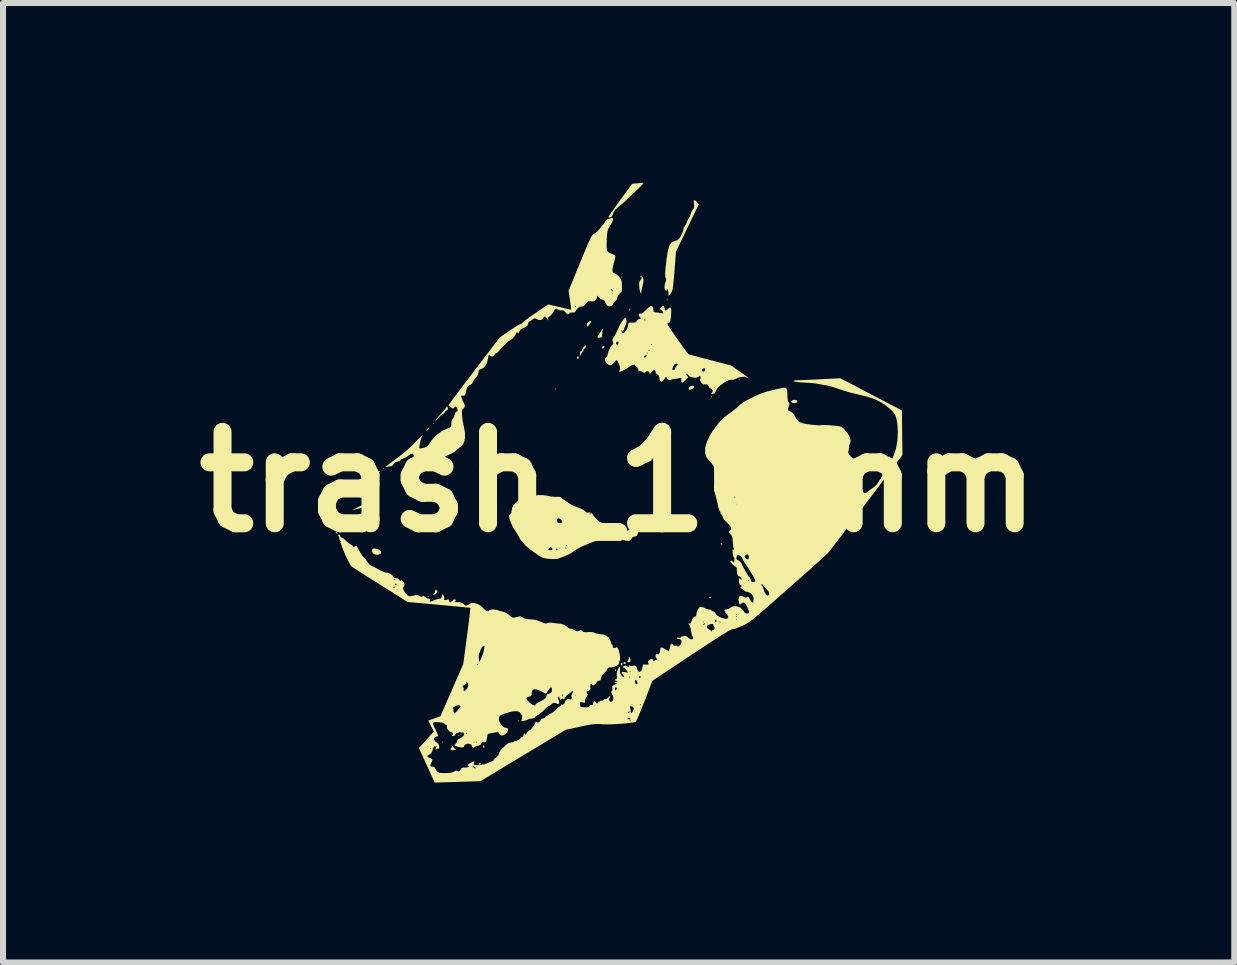
<source format=kicad_pcb>
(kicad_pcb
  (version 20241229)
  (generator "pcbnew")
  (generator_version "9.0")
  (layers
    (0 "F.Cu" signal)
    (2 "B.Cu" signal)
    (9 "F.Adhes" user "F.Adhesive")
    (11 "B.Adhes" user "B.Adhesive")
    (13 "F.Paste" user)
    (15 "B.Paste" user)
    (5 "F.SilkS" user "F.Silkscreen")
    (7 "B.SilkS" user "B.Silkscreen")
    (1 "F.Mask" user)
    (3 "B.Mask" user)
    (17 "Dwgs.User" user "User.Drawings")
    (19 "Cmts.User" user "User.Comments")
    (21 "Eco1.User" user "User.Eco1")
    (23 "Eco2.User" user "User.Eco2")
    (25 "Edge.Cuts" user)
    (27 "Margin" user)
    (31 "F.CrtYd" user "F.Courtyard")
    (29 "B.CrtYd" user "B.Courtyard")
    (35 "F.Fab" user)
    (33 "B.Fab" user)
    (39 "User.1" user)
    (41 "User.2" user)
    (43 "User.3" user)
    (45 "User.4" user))
  (footprint "trash_10mm"
    (layer "F.Cu")
    (at 7.264 4.985)
    (property "Reference" "trash_10mm" (at 0 0 0) (layer "F.SilkS") (effects (font (size 1.524 1.524) (thickness 0.3))))
    (attr board_only exclude_from_pos_files exclude_from_bom)
    (fp_poly (pts (xy -3.915 -0.223) (xy -3.923 -0.216) (xy -3.93 -0.223) (xy -3.923 -0.231)) (stroke (width 0) (type solid)) (fill yes) (layer "F.SilkS"))
    (fp_poly (pts (xy -3.083 -0.979) (xy -3.09 -0.971) (xy -3.098 -0.979) (xy -3.09 -0.986)) (stroke (width 0) (type solid)) (fill yes) (layer "F.SilkS"))
    (fp_poly (pts (xy -2.928 4.339) (xy -2.936 4.346) (xy -2.944 4.339) (xy -2.936 4.331)) (stroke (width 0) (type solid)) (fill yes) (layer "F.SilkS"))
    (fp_poly (pts (xy -2.62 4.215) (xy -2.628 4.223) (xy -2.636 4.215) (xy -2.628 4.208)) (stroke (width 0) (type solid)) (fill yes) (layer "F.SilkS"))
    (fp_poly (pts (xy -1.665 3.984) (xy -1.672 3.992) (xy -1.68 3.984) (xy -1.672 3.976)) (stroke (width 0) (type solid)) (fill yes) (layer "F.SilkS"))
    (fp_poly (pts (xy -1.048 -1.549) (xy -1.056 -1.541) (xy -1.063 -1.549) (xy -1.056 -1.557)) (stroke (width 0) (type solid)) (fill yes) (layer "F.SilkS"))
    (fp_poly (pts (xy 0.062 -3.414) (xy 0.054 -3.406) (xy 0.046 -3.414) (xy 0.054 -3.422)) (stroke (width 0) (type solid)) (fill yes) (layer "F.SilkS"))
    (fp_poly (pts (xy 1.788 0.331) (xy 1.78 0.339) (xy 1.772 0.331) (xy 1.78 0.324)) (stroke (width 0) (type solid)) (fill yes) (layer "F.SilkS"))
    (fp_poly (pts (xy 2.019 -1.703) (xy 2.011 -1.695) (xy 2.004 -1.703) (xy 2.011 -1.711)) (stroke (width 0) (type solid)) (fill yes) (layer "F.SilkS"))
    (fp_poly (pts (xy -3.165 1.901) (xy -3.167 1.91) (xy -3.175 1.911) (xy -3.188 1.906) (xy -3.185 1.901) (xy -3.167 1.899)) (stroke (width 0) (type solid)) (fill yes) (layer "F.SilkS"))
    (fp_poly (pts (xy -2.656 4.228) (xy -2.658 4.237) (xy -2.666 4.238) (xy -2.679 4.233) (xy -2.677 4.228) (xy -2.658 4.226)) (stroke (width 0) (type solid)) (fill yes) (layer "F.SilkS"))
    (fp_poly (pts (xy -0.051 3.126) (xy -0.049 3.15) (xy -0.052 3.155) (xy -0.059 3.151) (xy -0.06 3.135) (xy -0.057 3.119)) (stroke (width 0) (type solid)) (fill yes) (layer "F.SilkS"))
    (fp_poly (pts (xy 0.812 -3.047) (xy 0.814 -3.028) (xy 0.812 -3.026) (xy 0.803 -3.028) (xy 0.801 -3.036) (xy 0.807 -3.049)) (stroke (width 0) (type solid)) (fill yes) (layer "F.SilkS"))
    (fp_poly (pts (xy 1.552 -1.428) (xy 1.553 -1.41) (xy 1.552 -1.408) (xy 1.542 -1.41) (xy 1.541 -1.418) (xy 1.547 -1.431)) (stroke (width 0) (type solid)) (fill yes) (layer "F.SilkS"))
    (fp_poly (pts (xy -2.236 4.411) (xy -2.238 4.426) (xy -2.247 4.437) (xy -2.257 4.425) (xy -2.262 4.403) (xy -2.259 4.397) (xy -2.244 4.394)) (stroke (width 0) (type solid)) (fill yes) (layer "F.SilkS"))
    (fp_poly (pts (xy -0.236 -2.257) (xy -0.239 -2.238) (xy -0.259 -2.223) (xy -0.275 -2.23) (xy -0.277 -2.241) (xy -0.265 -2.262) (xy -0.253 -2.266)) (stroke (width 0) (type solid)) (fill yes) (layer "F.SilkS"))
    (fp_poly (pts (xy 0.196 -2.874) (xy 0.187 -2.863) (xy 0.174 -2.853) (xy 0.177 -2.868) (xy 0.178 -2.871) (xy 0.19 -2.89) (xy 0.197 -2.89)) (stroke (width 0) (type solid)) (fill yes) (layer "F.SilkS"))
    (fp_poly (pts (xy -4.701 0.84) (xy -4.686 0.854) (xy -4.685 0.856) (xy -4.697 0.863) (xy -4.701 0.863) (xy -4.716 0.851) (xy -4.716 0.847) (xy -4.707 0.838)) (stroke (width 0) (type solid)) (fill yes) (layer "F.SilkS"))
    (fp_poly (pts (xy -4.624 0.628) (xy -4.636 0.647) (xy -4.647 0.653) (xy -4.667 0.658) (xy -4.67 0.656) (xy -4.66 0.644) (xy -4.647 0.632) (xy -4.628 0.623)) (stroke (width 0) (type solid)) (fill yes) (layer "F.SilkS"))
    (fp_poly (pts (xy -3.981 -0.175) (xy -3.984 -0.17) (xy -3.999 -0.155) (xy -4.001 -0.154) (xy -4.002 -0.164) (xy -4 -0.17) (xy -3.985 -0.184) (xy -3.982 -0.185)) (stroke (width 0) (type solid)) (fill yes) (layer "F.SilkS"))
    (fp_poly (pts (xy -3.16 -0.898) (xy -3.17 -0.876) (xy -3.183 -0.863) (xy -3.201 -0.854) (xy -3.206 -0.859) (xy -3.195 -0.881) (xy -3.183 -0.894) (xy -3.164 -0.903)) (stroke (width 0) (type solid)) (fill yes) (layer "F.SilkS"))
    (fp_poly (pts (xy -2.297 4.697) (xy -2.296 4.701) (xy -2.309 4.714) (xy -2.321 4.716) (xy -2.336 4.709) (xy -2.335 4.701) (xy -2.315 4.686) (xy -2.311 4.685)) (stroke (width 0) (type solid)) (fill yes) (layer "F.SilkS"))
    (fp_poly (pts (xy -0.664 -2.084) (xy -0.663 -2.073) (xy -0.671 -2.052) (xy -0.678 -2.05) (xy -0.692 -2.062) (xy -0.694 -2.073) (xy -0.685 -2.094) (xy -0.678 -2.096)) (stroke (width 0) (type solid)) (fill yes) (layer "F.SilkS"))
    (fp_poly (pts (xy 0.062 3.032) (xy 0.062 3.033) (xy 0.058 3.063) (xy 0.047 3.062) (xy 0.038 3.05) (xy 0.038 3.026) (xy 0.044 3.016) (xy 0.058 3.011)) (stroke (width 0) (type solid)) (fill yes) (layer "F.SilkS"))
    (fp_poly (pts (xy 0.121 3.014) (xy 0.123 3.021) (xy 0.111 3.035) (xy 0.1 3.036) (xy 0.08 3.028) (xy 0.077 3.021) (xy 0.09 3.007) (xy 0.1 3.005)) (stroke (width 0) (type solid)) (fill yes) (layer "F.SilkS"))
    (fp_poly (pts (xy 1.541 1.923) (xy 1.541 1.927) (xy 1.53 1.942) (xy 1.526 1.942) (xy 1.511 1.93) (xy 1.51 1.927) (xy 1.522 1.912) (xy 1.526 1.911)) (stroke (width 0) (type solid)) (fill yes) (layer "F.SilkS"))
    (fp_poly (pts (xy 1.726 1.028) (xy 1.726 1.033) (xy 1.721 1.048) (xy 1.719 1.048) (xy 1.706 1.037) (xy 1.703 1.033) (xy 1.704 1.018) (xy 1.71 1.017)) (stroke (width 0) (type solid)) (fill yes) (layer "F.SilkS"))
    (fp_poly (pts (xy 1.845 0.28) (xy 1.839 0.305) (xy 1.826 0.334) (xy 1.811 0.334) (xy 1.799 0.309) (xy 1.803 0.28) (xy 1.815 0.27) (xy 1.839 0.265)) (stroke (width 0) (type solid)) (fill yes) (layer "F.SilkS"))
    (fp_poly (pts (xy 1.259 -1.595) (xy 1.26 -1.576) (xy 1.245 -1.561) (xy 1.208 -1.54) (xy 1.179 -1.536) (xy 1.167 -1.546) (xy 1.172 -1.573) (xy 1.198 -1.595) (xy 1.232 -1.603)) (stroke (width 0) (type solid)) (fill yes) (layer "F.SilkS"))
    (fp_poly (pts (xy 2.953 -1.367) (xy 2.977 -1.354) (xy 2.982 -1.341) (xy 2.969 -1.323) (xy 2.939 -1.313) (xy 2.904 -1.315) (xy 2.885 -1.323) (xy 2.874 -1.337) (xy 2.888 -1.355) (xy 2.919 -1.368)) (stroke (width 0) (type solid)) (fill yes) (layer "F.SilkS"))
    (fp_poly (pts (xy 0.18 2.922) (xy 0.186 2.933) (xy 0.199 2.97) (xy 0.194 2.997) (xy 0.174 3.008) (xy 0.163 3.006) (xy 0.144 2.994) (xy 0.151 2.984) (xy 0.166 2.961) (xy 0.17 2.939) (xy 0.172 2.916)) (stroke (width 0) (type solid)) (fill yes) (layer "F.SilkS"))
    (fp_poly (pts (xy -3.024 1.813) (xy -3.021 1.823) (xy -3.034 1.855) (xy -3.064 1.877) (xy -3.082 1.88) (xy -3.096 1.877) (xy -3.084 1.867) (xy -3.079 1.864) (xy -3.061 1.842) (xy -3.062 1.826) (xy -3.059 1.807) (xy -3.046 1.803)) (stroke (width 0) (type solid)) (fill yes) (layer "F.SilkS"))
    (fp_poly (pts (xy -0.456 -2.68) (xy -0.456 -2.668) (xy -0.474 -2.64) (xy -0.478 -2.636) (xy -0.503 -2.602) (xy -0.517 -2.591) (xy -0.527 -2.598) (xy -0.531 -2.604) (xy -0.532 -2.629) (xy -0.514 -2.658) (xy -0.487 -2.678) (xy -0.473 -2.682)) (stroke (width 0) (type solid)) (fill yes) (layer "F.SilkS"))
    (fp_poly (pts (xy -0.268 -2.505) (xy -0.274 -2.46) (xy -0.277 -2.428) (xy -0.277 -2.424) (xy -0.291 -2.409) (xy -0.316 -2.404) (xy -0.345 -2.407) (xy -0.354 -2.412) (xy -0.347 -2.428) (xy -0.327 -2.462) (xy -0.307 -2.493) (xy -0.26 -2.566)) (stroke (width 0) (type solid)) (fill yes) (layer "F.SilkS"))
    (fp_poly (pts (xy -4.028 1.116) (xy -3.988 1.134) (xy -3.963 1.157) (xy -3.957 1.181) (xy -3.976 1.202) (xy -3.976 1.202) (xy -4.029 1.217) (xy -4.075 1.205) (xy -4.091 1.193) (xy -4.113 1.159) (xy -4.113 1.129) (xy -4.091 1.111) (xy -4.077 1.11)) (stroke (width 0) (type solid)) (fill yes) (layer "F.SilkS"))
    (fp_poly (pts (xy -2.77 4.404) (xy -2.765 4.411) (xy -2.738 4.442) (xy -2.714 4.458) (xy -2.713 4.458) (xy -2.71 4.464) (xy -2.732 4.47) (xy -2.74 4.472) (xy -2.777 4.473) (xy -2.799 4.466) (xy -2.8 4.465) (xy -2.798 4.446) (xy -2.791 4.44) (xy -2.781 4.418) (xy -2.783 4.399) (xy -2.783 4.389)) (stroke (width 0) (type solid)) (fill yes) (layer "F.SilkS"))
    (fp_poly (pts (xy -0.539 -2.259) (xy -0.552 -2.236) (xy -0.563 -2.229) (xy -0.583 -2.209) (xy -0.586 -2.197) (xy -0.592 -2.176) (xy -0.598 -2.173) (xy -0.612 -2.16) (xy -0.627 -2.131) (xy -0.644 -2.088) (xy -0.646 -2.131) (xy -0.643 -2.162) (xy -0.634 -2.173) (xy -0.619 -2.186) (xy -0.602 -2.217) (xy -0.602 -2.218) (xy -0.583 -2.251) (xy -0.561 -2.271) (xy -0.545 -2.274)) (stroke (width 0) (type solid)) (fill yes) (layer "F.SilkS"))
    (fp_poly (pts (xy -4.046 0.006) (xy -4.058 0.045) (xy -4.079 0.102) (xy -4.104 0.172) (xy -4.116 0.203) (xy -4.194 0.411) (xy -4.305 0.438) (xy -4.362 0.452) (xy -4.41 0.465) (xy -4.438 0.472) (xy -4.439 0.473) (xy -4.438 0.47) (xy -4.414 0.456) (xy -4.372 0.434) (xy -4.362 0.429) (xy -4.262 0.378) (xy -4.154 0.182) (xy -4.115 0.114) (xy -4.082 0.056) (xy -4.058 0.014) (xy -4.044 -0.007) (xy -4.042 -0.009)) (stroke (width 0) (type solid)) (fill yes) (layer "F.SilkS"))
    (fp_poly (pts (xy -2.853 -1.25) (xy -2.845 -1.218) (xy -2.857 -1.194) (xy -2.876 -1.187) (xy -2.895 -1.174) (xy -2.898 -1.164) (xy -2.908 -1.143) (xy -2.917 -1.141) (xy -2.938 -1.13) (xy -2.969 -1.102) (xy -2.99 -1.079) (xy -3.022 -1.044) (xy -3.048 -1.022) (xy -3.057 -1.017) (xy -3.053 -1.028) (xy -3.031 -1.056) (xy -2.996 -1.096) (xy -2.968 -1.127) (xy -2.925 -1.176) (xy -2.89 -1.217) (xy -2.87 -1.246) (xy -2.867 -1.254) (xy -2.86 -1.259)) (stroke (width 0) (type solid)) (fill yes) (layer "F.SilkS"))
    (fp_poly (pts (xy 0.398 -3.415) (xy 0.413 -3.384) (xy 0.416 -3.362) (xy 0.411 -3.322) (xy 0.4 -3.27) (xy 0.395 -3.252) (xy 0.384 -3.207) (xy 0.38 -3.172) (xy 0.381 -3.163) (xy 0.379 -3.146) (xy 0.373 -3.144) (xy 0.363 -3.158) (xy 0.353 -3.195) (xy 0.347 -3.238) (xy 0.342 -3.294) (xy 0.345 -3.33) (xy 0.357 -3.354) (xy 0.361 -3.358) (xy 0.381 -3.39) (xy 0.383 -3.414) (xy 0.367 -3.422) (xy 0.357 -3.428) (xy 0.359 -3.432) (xy 0.378 -3.433)) (stroke (width 0) (type solid)) (fill yes) (layer "F.SilkS"))
    (fp_poly (pts (xy 0.415 -4.983) (xy 0.407 -4.971) (xy 0.382 -4.943) (xy 0.343 -4.904) (xy 0.315 -4.877) (xy 0.256 -4.821) (xy 0.196 -4.763) (xy 0.143 -4.713) (xy 0.131 -4.701) (xy 0.079 -4.654) (xy 0.024 -4.607) (xy -0.012 -4.578) (xy -0.052 -4.541) (xy -0.08 -4.504) (xy -0.087 -4.488) (xy -0.1 -4.45) (xy -0.112 -4.427) (xy -0.133 -4.412) (xy -0.157 -4.408) (xy -0.168 -4.417) (xy -0.168 -4.42) (xy -0.159 -4.435) (xy -0.135 -4.471) (xy -0.097 -4.525) (xy -0.049 -4.592) (xy 0.006 -4.669) (xy 0.029 -4.701) (xy 0.226 -4.971) (xy 0.317 -4.979) (xy 0.367 -4.983) (xy 0.402 -4.985)) (stroke (width 0) (type solid)) (fill yes) (layer "F.SilkS"))
    (fp_poly (pts (xy 0.415 0.654) (xy 0.43 0.669) (xy 0.439 0.691) (xy 0.434 0.7) (xy 0.421 0.72) (xy 0.411 0.754) (xy 0.392 0.795) (xy 0.364 0.81) (xy 0.331 0.832) (xy 0.318 0.864) (xy 0.305 0.898) (xy 0.28 0.909) (xy 0.27 0.909) (xy 0.234 0.921) (xy 0.216 0.948) (xy 0.2 0.973) (xy 0.174 0.984) (xy 0.13 0.981) (xy 0.079 0.971) (xy 0.028 0.953) (xy 0.005 0.929) (xy 0.008 0.899) (xy 0.017 0.867) (xy 0.017 0.853) (xy 0.027 0.841) (xy 0.045 0.843) (xy 0.098 0.843) (xy 0.15 0.822) (xy 0.19 0.785) (xy 0.198 0.771) (xy 0.221 0.736) (xy 0.254 0.725) (xy 0.26 0.724) (xy 0.305 0.718) (xy 0.348 0.702) (xy 0.378 0.682) (xy 0.385 0.667) (xy 0.394 0.649)) (stroke (width 0) (type solid)) (fill yes) (layer "F.SilkS"))
    (fp_poly (pts (xy 1.283 -4.689) (xy 1.306 -4.666) (xy 1.338 -4.631) (xy 1.148 -4.236) (xy 0.957 -3.84) (xy 0.933 -3.535) (xy 0.924 -3.422) (xy 0.916 -3.336) (xy 0.909 -3.272) (xy 0.902 -3.225) (xy 0.895 -3.192) (xy 0.885 -3.167) (xy 0.874 -3.147) (xy 0.861 -3.131) (xy 0.832 -3.094) (xy 0.832 -3.138) (xy 0.828 -3.172) (xy 0.82 -3.2) (xy 0.811 -3.216) (xy 0.803 -3.213) (xy 0.801 -3.198) (xy 0.799 -3.177) (xy 0.79 -3.181) (xy 0.779 -3.196) (xy 0.765 -3.236) (xy 0.769 -3.29) (xy 0.788 -3.347) (xy 0.789 -3.349) (xy 0.794 -3.385) (xy 0.786 -3.399) (xy 0.778 -3.419) (xy 0.776 -3.456) (xy 0.778 -3.515) (xy 0.784 -3.579) (xy 0.799 -3.707) (xy 0.813 -3.808) (xy 0.829 -3.884) (xy 0.847 -3.94) (xy 0.869 -3.978) (xy 0.895 -4.001) (xy 0.926 -4.013) (xy 0.93 -4.013) (xy 0.973 -4.028) (xy 1.004 -4.049) (xy 1.005 -4.05) (xy 1.032 -4.089) (xy 1.057 -4.138) (xy 1.075 -4.184) (xy 1.079 -4.208) (xy 1.088 -4.238) (xy 1.11 -4.273) (xy 1.133 -4.312) (xy 1.145 -4.346) (xy 1.156 -4.378) (xy 1.167 -4.39) (xy 1.181 -4.41) (xy 1.196 -4.449) (xy 1.201 -4.464) (xy 1.217 -4.509) (xy 1.237 -4.542) (xy 1.242 -4.548) (xy 1.257 -4.571) (xy 1.26 -4.608) (xy 1.256 -4.634) (xy 1.253 -4.68) (xy 1.261 -4.698)) (stroke (width 0) (type solid)) (fill yes) (layer "F.SilkS"))
    (fp_poly (pts (xy -1.262 0.221) (xy -1.193 0.229) (xy -1.171 0.235) (xy -1.123 0.245) (xy -1.063 0.249) (xy -1.039 0.248) (xy -0.988 0.248) (xy -0.961 0.256) (xy -0.951 0.268) (xy -0.932 0.29) (xy -0.92 0.293) (xy -0.896 0.303) (xy -0.866 0.329) (xy -0.863 0.331) (xy -0.832 0.354) (xy -0.782 0.382) (xy -0.72 0.41) (xy -0.698 0.418) (xy -0.639 0.442) (xy -0.591 0.465) (xy -0.562 0.484) (xy -0.557 0.489) (xy -0.541 0.508) (xy -0.534 0.51) (xy -0.482 0.509) (xy -0.446 0.521) (xy -0.437 0.533) (xy -0.416 0.565) (xy -0.381 0.606) (xy -0.341 0.645) (xy -0.305 0.672) (xy -0.299 0.676) (xy -0.263 0.686) (xy -0.215 0.691) (xy -0.205 0.691) (xy -0.156 0.693) (xy -0.114 0.7) (xy -0.108 0.701) (xy -0.073 0.702) (xy -0.06 0.691) (xy -0.05 0.682) (xy -0.046 0.702) (xy -0.046 0.704) (xy -0.039 0.733) (xy -0.028 0.743) (xy -0.011 0.763) (xy -0.008 0.796) (xy -0.019 0.829) (xy -0.033 0.845) (xy -0.056 0.87) (xy -0.062 0.887) (xy -0.074 0.91) (xy -0.101 0.929) (xy -0.13 0.936) (xy -0.138 0.933) (xy -0.166 0.93) (xy -0.217 0.938) (xy -0.285 0.955) (xy -0.364 0.98) (xy -0.448 1.01) (xy -0.533 1.043) (xy -0.612 1.078) (xy -0.681 1.112) (xy -0.732 1.144) (xy -0.748 1.156) (xy -0.795 1.189) (xy -0.844 1.215) (xy -0.849 1.216) (xy -0.901 1.238) (xy -0.955 1.261) (xy -0.956 1.261) (xy -1.026 1.283) (xy -1.109 1.287) (xy -1.148 1.284) (xy -1.2 1.277) (xy -1.242 1.271) (xy -1.277 1.258) (xy -1.327 1.229) (xy -1.387 1.19) (xy -1.449 1.145) (xy -1.473 1.127) (xy -1.171 1.127) (xy -1.159 1.138) (xy -1.133 1.14) (xy -1.108 1.133) (xy -1.105 1.13) (xy -1.105 1.125) (xy -1.048 1.125) (xy -1.036 1.14) (xy -1.033 1.141) (xy -1.018 1.129) (xy -1.017 1.125) (xy -1.029 1.11) (xy -1.033 1.11) (xy -1.048 1.121) (xy -1.048 1.125) (xy -1.105 1.125) (xy -1.104 1.112) (xy -1.11 1.102) (xy -0.986 1.102) (xy -0.979 1.11) (xy -0.971 1.102) (xy -0.974 1.099) (xy -0.889 1.099) (xy -0.887 1.109) (xy -0.879 1.11) (xy -0.866 1.104) (xy -0.868 1.099) (xy -0.887 1.098) (xy -0.889 1.099) (xy -0.974 1.099) (xy -0.979 1.094) (xy -0.986 1.102) (xy -1.11 1.102) (xy -1.112 1.099) (xy -1.133 1.087) (xy -1.15 1.096) (xy -1.168 1.118) (xy -1.171 1.127) (xy -1.473 1.127) (xy -1.507 1.1) (xy -1.549 1.063) (xy -0.879 1.063) (xy -0.873 1.076) (xy -0.868 1.074) (xy -0.866 1.055) (xy -0.868 1.053) (xy -0.877 1.055) (xy -0.879 1.063) (xy -1.549 1.063) (xy -1.553 1.059) (xy -1.581 1.028) (xy -1.584 1.024) (xy -1.602 0.996) (xy -1.615 0.986) (xy -1.628 0.974) (xy -1.648 0.942) (xy -1.664 0.913) (xy -1.694 0.86) (xy -1.725 0.809) (xy -1.738 0.792) (xy -1.751 0.77) (xy -1.141 0.77) (xy -1.132 0.797) (xy -1.113 0.816) (xy -1.093 0.821) (xy -1.081 0.808) (xy -1.086 0.777) (xy -1.095 0.762) (xy -1.12 0.742) (xy -1.137 0.749) (xy -1.141 0.77) (xy -1.751 0.77) (xy -1.763 0.749) (xy -1.79 0.693) (xy -1.805 0.653) (xy -1.809 0.641) (xy -1.03 0.641) (xy -1.019 0.674) (xy -0.996 0.7) (xy -0.971 0.709) (xy -0.947 0.7) (xy -0.94 0.671) (xy -0.951 0.637) (xy -0.975 0.614) (xy -1.004 0.606) (xy -1.022 0.615) (xy -1.03 0.641) (xy -1.809 0.641) (xy -1.822 0.604) (xy -1.828 0.575) (xy -1.824 0.558) (xy -1.811 0.545) (xy -1.81 0.544) (xy -1.804 0.536) (xy -0.487 0.536) (xy -0.471 0.538) (xy -0.451 0.535) (xy -0.451 0.53) (xy -0.472 0.526) (xy -0.481 0.529) (xy -0.487 0.536) (xy -1.804 0.536) (xy -1.789 0.514) (xy -1.781 0.47) (xy -1.774 0.427) (xy -1.758 0.395) (xy -1.757 0.393) (xy -1.731 0.368) (xy -1.697 0.333) (xy -1.689 0.325) (xy -1.659 0.298) (xy -1.637 0.285) (xy -1.633 0.286) (xy -1.613 0.284) (xy -1.577 0.27) (xy -1.557 0.261) (xy -1.502 0.241) (xy -1.427 0.228) (xy -1.343 0.221)) (stroke (width 0) (type solid)) (fill yes) (layer "F.SilkS"))
    (fp_poly (pts (xy 0.751 -2.933) (xy 0.757 -2.926) (xy 0.769 -2.892) (xy 0.77 -2.878) (xy 0.774 -2.856) (xy 0.788 -2.856) (xy 0.817 -2.879) (xy 0.82 -2.882) (xy 0.851 -2.907) (xy 0.869 -2.907) (xy 0.877 -2.882) (xy 0.878 -2.84) (xy 0.875 -2.762) (xy 0.867 -2.702) (xy 0.854 -2.663) (xy 0.839 -2.651) (xy 0.815 -2.642) (xy 0.811 -2.638) (xy 0.818 -2.624) (xy 0.839 -2.589) (xy 0.873 -2.538) (xy 0.914 -2.476) (xy 0.962 -2.408) (xy 1.011 -2.338) (xy 1.059 -2.27) (xy 1.102 -2.21) (xy 1.139 -2.162) (xy 1.164 -2.13) (xy 1.164 -2.13) (xy 1.18 -2.124) (xy 1.221 -2.113) (xy 1.284 -2.096) (xy 1.364 -2.075) (xy 1.457 -2.05) (xy 1.52 -2.034) (xy 1.872 -1.943) (xy 2.023 -1.839) (xy 2.096 -1.788) (xy 2.146 -1.752) (xy 2.17 -1.733) (xy 2.169 -1.729) (xy 2.143 -1.741) (xy 2.14 -1.743) (xy 2.097 -1.753) (xy 2.04 -1.749) (xy 1.982 -1.733) (xy 1.949 -1.717) (xy 1.908 -1.701) (xy 1.881 -1.703) (xy 1.847 -1.7) (xy 1.8 -1.68) (xy 1.747 -1.647) (xy 1.695 -1.607) (xy 1.652 -1.566) (xy 1.624 -1.528) (xy 1.618 -1.508) (xy 1.605 -1.481) (xy 1.57 -1.466) (xy 1.552 -1.464) (xy 1.544 -1.471) (xy 1.554 -1.483) (xy 1.571 -1.514) (xy 1.561 -1.539) (xy 1.544 -1.548) (xy 1.516 -1.568) (xy 1.508 -1.58) (xy 1.587 -1.58) (xy 1.595 -1.572) (xy 1.603 -1.58) (xy 1.595 -1.587) (xy 1.587 -1.58) (xy 1.508 -1.58) (xy 1.498 -1.596) (xy 1.478 -1.624) (xy 1.449 -1.627) (xy 1.445 -1.626) (xy 1.414 -1.626) (xy 1.386 -1.649) (xy 1.376 -1.663) (xy 1.355 -1.697) (xy 1.358 -1.714) (xy 1.359 -1.714) (xy 1.37 -1.732) (xy 1.366 -1.75) (xy 1.355 -1.771) (xy 1.341 -1.763) (xy 1.336 -1.756) (xy 1.307 -1.74) (xy 1.262 -1.737) (xy 1.214 -1.747) (xy 1.173 -1.766) (xy 1.152 -1.791) (xy 1.138 -1.802) (xy 1.131 -1.798) (xy 1.13 -1.78) (xy 1.144 -1.766) (xy 1.158 -1.752) (xy 1.156 -1.737) (xy 1.134 -1.712) (xy 1.12 -1.698) (xy 1.079 -1.662) (xy 1.054 -1.652) (xy 1.044 -1.666) (xy 1.045 -1.698) (xy 1.048 -1.73) (xy 1.04 -1.739) (xy 1.023 -1.734) (xy 0.987 -1.724) (xy 0.945 -1.72) (xy 0.908 -1.716) (xy 0.885 -1.707) (xy 0.885 -1.707) (xy 0.855 -1.695) (xy 0.824 -1.707) (xy 0.806 -1.729) (xy 0.796 -1.75) (xy 0.786 -1.749) (xy 0.769 -1.725) (xy 0.762 -1.713) (xy 0.732 -1.677) (xy 0.707 -1.67) (xy 0.688 -1.692) (xy 0.681 -1.729) (xy 0.672 -1.772) (xy 0.65 -1.791) (xy 0.646 -1.793) (xy 0.621 -1.813) (xy 0.617 -1.832) (xy 0.61 -1.861) (xy 1.391 -1.861) (xy 1.395 -1.849) (xy 1.415 -1.837) (xy 1.436 -1.849) (xy 1.446 -1.87) (xy 1.44 -1.892) (xy 1.428 -1.896) (xy 1.4 -1.885) (xy 1.391 -1.861) (xy 0.61 -1.861) (xy 0.609 -1.865) (xy 0.591 -1.87) (xy 0.566 -1.848) (xy 0.561 -1.842) (xy 0.538 -1.814) (xy 0.519 -1.803) (xy 0.511 -1.813) (xy 0.512 -1.822) (xy 0.505 -1.839) (xy 0.481 -1.846) (xy 0.455 -1.841) (xy 0.445 -1.832) (xy 0.43 -1.819) (xy 0.406 -1.828) (xy 0.401 -1.83) (xy 0.367 -1.846) (xy 0.347 -1.85) (xy 0.328 -1.863) (xy 0.324 -1.882) (xy 0.32 -1.891) (xy 0.897 -1.891) (xy 0.897 -1.871) (xy 0.915 -1.865) (xy 0.917 -1.865) (xy 0.938 -1.876) (xy 0.94 -1.886) (xy 0.951 -1.913) (xy 0.963 -1.927) (xy 0.984 -1.952) (xy 0.979 -1.969) (xy 0.959 -1.973) (xy 0.934 -1.96) (xy 0.913 -1.931) (xy 0.897 -1.891) (xy 0.32 -1.891) (xy 0.311 -1.913) (xy 0.293 -1.922) (xy 0.272 -1.934) (xy 0.271 -1.944) (xy 0.271 -1.956) (xy 0.251 -1.956) (xy 0.219 -1.943) (xy 0.183 -1.922) (xy 0.127 -1.886) (xy 0.077 -1.859) (xy 0.038 -1.842) (xy 0.013 -1.837) (xy 0.007 -1.845) (xy 0.015 -1.856) (xy 0.025 -1.881) (xy 0.022 -1.917) (xy 0.004 -1.971) (xy -0.005 -1.992) (xy -0.022 -2.024) (xy -0.038 -2.031) (xy -0.06 -2.011) (xy -0.077 -1.988) (xy -0.114 -1.951) (xy -0.15 -1.945) (xy -0.19 -1.969) (xy -0.198 -1.978) (xy -0.225 -2.018) (xy -0.229 -2.052) (xy -0.21 -2.074) (xy -0.208 -2.075) (xy -0.2 -2.084) (xy 0.423 -2.084) (xy 0.424 -2.08) (xy 0.442 -2.073) (xy 0.456 -2.082) (xy 0.471 -2.101) (xy 0.471 -2.108) (xy 0.452 -2.111) (xy 0.431 -2.1) (xy 0.423 -2.084) (xy -0.2 -2.084) (xy -0.189 -2.096) (xy -0.185 -2.116) (xy -0.178 -2.151) (xy -0.177 -2.153) (xy 0.468 -2.153) (xy 0.47 -2.143) (xy 0.478 -2.142) (xy 0.49 -2.148) (xy 0.488 -2.153) (xy 0.47 -2.154) (xy 0.468 -2.153) (xy -0.177 -2.153) (xy -0.16 -2.197) (xy -0.16 -2.199) (xy 0.498 -2.199) (xy 0.5 -2.19) (xy 0.509 -2.189) (xy 0.521 -2.194) (xy 0.519 -2.199) (xy 0.501 -2.201) (xy 0.498 -2.199) (xy -0.16 -2.199) (xy -0.138 -2.243) (xy -0.114 -2.278) (xy -0.099 -2.291) (xy -0.087 -2.304) (xy -0.087 -2.304) (xy -0.042 -2.304) (xy -0.029 -2.288) (xy -0.024 -2.289) (xy 0.539 -2.289) (xy 0.547 -2.281) (xy 0.555 -2.289) (xy 0.547 -2.296) (xy 0.539 -2.289) (xy -0.024 -2.289) (xy -0.014 -2.289) (xy -0.001 -2.311) (xy 0 -2.321) (xy -0.009 -2.34) (xy -0.029 -2.338) (xy -0.039 -2.327) (xy -0.042 -2.304) (xy -0.087 -2.304) (xy -0.094 -2.332) (xy -0.096 -2.336) (xy -0.105 -2.37) (xy -0.09 -2.398) (xy -0.088 -2.401) (xy -0.07 -2.428) (xy -0.046 -2.474) (xy -0.02 -2.53) (xy -0.018 -2.534) (xy 0.009 -2.592) (xy 0.04 -2.648) (xy 0.071 -2.695) (xy 0.097 -2.727) (xy 0.114 -2.74) (xy 0.118 -2.739) (xy 0.128 -2.713) (xy 0.133 -2.675) (xy 0.13 -2.641) (xy 0.126 -2.63) (xy 0.112 -2.605) (xy 0.096 -2.564) (xy 0.093 -2.553) (xy 0.078 -2.516) (xy 0.066 -2.508) (xy 0.06 -2.514) (xy 0.049 -2.525) (xy 0.047 -2.52) (xy 0.054 -2.494) (xy 0.059 -2.485) (xy 0.076 -2.479) (xy 0.1 -2.495) (xy 0.125 -2.526) (xy 0.146 -2.564) (xy 0.157 -2.603) (xy 0.157 -2.605) (xy 0.162 -2.639) (xy 0.174 -2.654) (xy 0.204 -2.657) (xy 0.227 -2.656) (xy 0.27 -2.657) (xy 0.293 -2.667) (xy 0.301 -2.683) (xy 0.321 -2.706) (xy 0.433 -2.706) (xy 0.436 -2.686) (xy 0.441 -2.686) (xy 0.445 -2.707) (xy 0.442 -2.716) (xy 0.435 -2.721) (xy 0.433 -2.706) (xy 0.321 -2.706) (xy 0.322 -2.707) (xy 0.34 -2.713) (xy 0.366 -2.72) (xy 0.365 -2.739) (xy 0.347 -2.759) (xy 0.332 -2.78) (xy 0.341 -2.8) (xy 0.36 -2.813) (xy 0.37 -2.805) (xy 0.386 -2.806) (xy 0.417 -2.829) (xy 0.459 -2.87) (xy 0.508 -2.915) (xy 0.542 -2.935) (xy 0.564 -2.929) (xy 0.576 -2.899) (xy 0.579 -2.879) (xy 0.583 -2.848) (xy 0.584 -2.836) (xy 0.599 -2.83) (xy 0.628 -2.826) (xy 0.674 -2.821) (xy 0.705 -2.813) (xy 0.732 -2.812) (xy 0.741 -2.828) (xy 0.73 -2.85) (xy 0.709 -2.867) (xy 0.689 -2.879) (xy 0.69 -2.892) (xy 0.711 -2.915) (xy 0.736 -2.936)) (stroke (width 0) (type solid)) (fill yes) (layer "F.SilkS"))
    (fp_poly (pts (xy -0.092 -4.38) (xy -0.102 -4.343) (xy -0.126 -4.295) (xy -0.141 -4.272) (xy -0.164 -4.235) (xy -0.179 -4.201) (xy -0.188 -4.162) (xy -0.194 -4.107) (xy -0.197 -4.051) (xy -0.2 -3.964) (xy -0.199 -3.903) (xy -0.192 -3.862) (xy -0.177 -3.836) (xy -0.153 -3.819) (xy -0.124 -3.807) (xy -0.084 -3.79) (xy -0.059 -3.772) (xy -0.055 -3.767) (xy -0.056 -3.742) (xy -0.065 -3.699) (xy -0.076 -3.662) (xy -0.095 -3.596) (xy -0.102 -3.54) (xy -0.099 -3.499) (xy -0.085 -3.48) (xy -0.076 -3.479) (xy -0.052 -3.471) (xy -0.018 -3.446) (xy 0.000297 -3.429) (xy 0.028 -3.398) (xy 0.045 -3.369) (xy 0.052 -3.332) (xy 0.055 -3.277) (xy 0.056 -3.267) (xy 0.056 -3.208) (xy 0.052 -3.174) (xy 0.042 -3.161) (xy 0.037 -3.16) (xy 0.018 -3.147) (xy 0.015 -3.136) (xy 0.008 -3.116) (xy 0.001 -3.113) (xy -0.012 -3.1) (xy -0.023 -3.068) (xy -0.023 -3.066) (xy -0.037 -3.03) (xy -0.057 -3.01) (xy -0.079 -2.99) (xy -0.093 -2.965) (xy -0.115 -2.936) (xy -0.151 -2.928) (xy -0.183 -2.934) (xy -0.203 -2.957) (xy -0.214 -2.982) (xy -0.236 -3.023) (xy -0.264 -3.036) (xy -0.264 -3.036) (xy -0.297 -3.048) (xy -0.324 -3.071) (xy -0.352 -3.106) (xy -0.363 -3.063) (xy -0.386 -3.025) (xy -0.428 -3.008) (xy -0.475 -3.012) (xy -0.502 -3.012) (xy -0.53 -2.989) (xy -0.546 -2.969) (xy -0.579 -2.934) (xy -0.607 -2.923) (xy -0.619 -2.924) (xy -0.652 -2.92) (xy -0.687 -2.89) (xy -0.712 -2.858) (xy -0.724 -2.835) (xy -0.724 -2.833) (xy -0.737 -2.825) (xy -0.767 -2.825) (xy -0.809 -2.821) (xy -0.828 -2.806) (xy -0.842 -2.793) (xy -0.858 -2.799) (xy -0.883 -2.827) (xy -0.918 -2.859) (xy -0.945 -2.862) (xy -0.976 -2.862) (xy -1.012 -2.874) (xy -1.042 -2.887) (xy -1.06 -2.88) (xy -1.075 -2.854) (xy -1.101 -2.813) (xy -1.13 -2.777) (xy -1.157 -2.755) (xy -1.172 -2.752) (xy -1.179 -2.745) (xy -1.177 -2.724) (xy -1.17 -2.69) (xy -1.196 -2.724) (xy -1.222 -2.752) (xy -1.242 -2.757) (xy -1.249 -2.74) (xy -1.262 -2.715) (xy -1.293 -2.7) (xy -1.329 -2.699) (xy -1.349 -2.707) (xy -1.39 -2.727) (xy -1.425 -2.717) (xy -1.436 -2.708) (xy -1.469 -2.684) (xy -1.483 -2.678) (xy -1.506 -2.655) (xy -1.51 -2.638) (xy -1.523 -2.601) (xy -1.561 -2.575) (xy -1.592 -2.566) (xy -1.635 -2.54) (xy -1.656 -2.507) (xy -1.67 -2.48) (xy -1.678 -2.475) (xy -1.679 -2.478) (xy -1.688 -2.495) (xy -1.704 -2.492) (xy -1.711 -2.473) (xy -1.721 -2.448) (xy -1.746 -2.415) (xy -1.777 -2.383) (xy -1.804 -2.362) (xy -1.815 -2.358) (xy -1.834 -2.348) (xy -1.86 -2.322) (xy -1.861 -2.321) (xy -1.89 -2.291) (xy -1.914 -2.271) (xy -1.936 -2.251) (xy -1.966 -2.217) (xy -1.979 -2.2) (xy -2.007 -2.168) (xy -2.028 -2.151) (xy -2.034 -2.15) (xy -2.05 -2.144) (xy -2.072 -2.119) (xy -2.072 -2.118) (xy -2.093 -2.092) (xy -2.111 -2.089) (xy -2.134 -2.102) (xy -2.155 -2.114) (xy -2.167 -2.111) (xy -2.173 -2.087) (xy -2.178 -2.05) (xy -2.193 -1.99) (xy -2.222 -1.937) (xy -2.257 -1.898) (xy -2.295 -1.881) (xy -2.299 -1.88) (xy -2.324 -1.872) (xy -2.33 -1.861) (xy -2.335 -1.831) (xy -2.336 -1.826) (xy -2.341 -1.796) (xy -2.341 -1.794) (xy -2.352 -1.774) (xy -2.376 -1.741) (xy -2.389 -1.726) (xy -2.417 -1.69) (xy -2.434 -1.661) (xy -2.435 -1.653) (xy -2.448 -1.634) (xy -2.479 -1.617) (xy -2.506 -1.603) (xy -2.524 -1.579) (xy -2.537 -1.537) (xy -2.542 -1.516) (xy -2.554 -1.467) (xy -2.566 -1.443) (xy -2.581 -1.436) (xy -2.597 -1.437) (xy -2.62 -1.439) (xy -2.625 -1.428) (xy -2.616 -1.396) (xy -2.597 -1.351) (xy -2.578 -1.315) (xy -2.565 -1.278) (xy -2.568 -1.243) (xy -2.585 -1.221) (xy -2.597 -1.218) (xy -2.608 -1.204) (xy -2.612 -1.165) (xy -2.61 -1.109) (xy -2.603 -1.041) (xy -2.59 -0.967) (xy -2.58 -0.923) (xy -2.561 -0.815) (xy -2.562 -0.722) (xy -2.581 -0.65) (xy -2.589 -0.636) (xy -2.612 -0.603) (xy -2.629 -0.586) (xy -2.631 -0.586) (xy -2.649 -0.576) (xy -2.679 -0.552) (xy -2.693 -0.539) (xy -2.732 -0.506) (xy -2.769 -0.482) (xy -2.777 -0.478) (xy -2.815 -0.46) (xy -2.836 -0.449) (xy -2.92 -0.409) (xy -3.013 -0.381) (xy -3.12 -0.363) (xy -3.249 -0.356) (xy -3.279 -0.355) (xy -3.422 -0.353) (xy -3.416 -0.409) (xy -3.418 -0.454) (xy -3.435 -0.473) (xy -3.467 -0.464) (xy -3.501 -0.44) (xy -3.543 -0.411) (xy -3.586 -0.392) (xy -3.593 -0.39) (xy -3.625 -0.378) (xy -3.637 -0.36) (xy -3.651 -0.344) (xy -3.684 -0.339) (xy -3.724 -0.331) (xy -3.748 -0.301) (xy -3.748 -0.301) (xy -3.769 -0.272) (xy -3.79 -0.262) (xy -3.824 -0.258) (xy -3.853 -0.252) (xy -3.878 -0.249) (xy -3.876 -0.258) (xy -3.859 -0.272) (xy -3.821 -0.301) (xy -3.769 -0.341) (xy -3.706 -0.387) (xy -3.682 -0.405) (xy -3.596 -0.472) (xy -3.509 -0.546) (xy -3.432 -0.617) (xy -3.391 -0.661) (xy -3.344 -0.711) (xy -3.306 -0.749) (xy -3.28 -0.773) (xy -3.27 -0.779) (xy -3.272 -0.762) (xy -3.279 -0.752) (xy -3.292 -0.725) (xy -3.304 -0.682) (xy -3.306 -0.67) (xy -3.315 -0.624) (xy -3.323 -0.586) (xy -3.324 -0.581) (xy -3.325 -0.564) (xy -3.311 -0.558) (xy -3.275 -0.563) (xy -3.273 -0.564) (xy -3.232 -0.573) (xy -3.203 -0.586) (xy -3.176 -0.61) (xy -3.146 -0.65) (xy -3.121 -0.687) (xy -3.043 -0.778) (xy -2.944 -0.85) (xy -2.858 -0.889) (xy -2.815 -0.906) (xy -2.793 -0.925) (xy -2.788 -0.956) (xy -2.789 -0.988) (xy -2.782 -1.025) (xy -2.768 -1.047) (xy -2.749 -1.075) (xy -2.735 -1.117) (xy -2.734 -1.119) (xy -2.722 -1.155) (xy -2.705 -1.171) (xy -2.703 -1.171) (xy -2.684 -1.182) (xy -2.688 -1.212) (xy -2.699 -1.237) (xy -2.714 -1.259) (xy -2.726 -1.255) (xy -2.736 -1.242) (xy -2.753 -1.225) (xy -2.77 -1.226) (xy -2.796 -1.241) (xy -2.824 -1.263) (xy -2.836 -1.278) (xy -2.836 -1.278) (xy -2.827 -1.292) (xy -2.801 -1.328) (xy -2.76 -1.383) (xy -2.706 -1.456) (xy -2.64 -1.543) (xy -2.565 -1.642) (xy -2.483 -1.751) (xy -2.408 -1.85) (xy -1.979 -2.412) (xy -1.804 -2.531) (xy -1.739 -2.574) (xy -1.726 -2.582) (xy -1.618 -2.582) (xy -1.611 -2.574) (xy -1.603 -2.582) (xy -1.611 -2.589) (xy -1.618 -2.582) (xy -1.726 -2.582) (xy -1.683 -2.608) (xy -1.64 -2.631) (xy -1.616 -2.641) (xy -1.614 -2.64) (xy -1.605 -2.64) (xy -1.607 -2.646) (xy -1.598 -2.659) (xy -1.567 -2.686) (xy -1.518 -2.723) (xy -1.455 -2.768) (xy -1.394 -2.81) (xy -1.172 -2.96) (xy -0.983 -2.915) (xy -0.911 -2.898) (xy -0.852 -2.884) (xy -0.81 -2.875) (xy -0.791 -2.872) (xy -0.791 -2.872) (xy -0.791 -2.888) (xy -0.796 -2.927) (xy -0.798 -2.939) (xy -0.737 -2.939) (xy -0.734 -2.931) (xy -0.718 -2.914) (xy -0.709 -2.918) (xy -0.709 -2.92) (xy -0.72 -2.933) (xy -0.727 -2.938) (xy -0.737 -2.939) (xy -0.798 -2.939) (xy -0.804 -2.984) (xy -0.811 -3.032) (xy -0.826 -3.136) (xy -0.108 -3.136) (xy -0.1 -3.129) (xy -0.092 -3.136) (xy -0.1 -3.144) (xy -0.108 -3.136) (xy -0.826 -3.136) (xy -0.834 -3.188) (xy -0.824 -3.212) (xy -0.132 -3.212) (xy -0.123 -3.198) (xy -0.105 -3.179) (xy -0.099 -3.175) (xy -0.099 -3.187) (xy -0.102 -3.198) (xy -0.118 -3.219) (xy -0.127 -3.221) (xy -0.132 -3.212) (xy -0.824 -3.212) (xy -0.642 -3.655) (xy -0.589 -3.784) (xy -0.546 -3.886) (xy -0.512 -3.967) (xy -0.485 -4.027) (xy -0.464 -4.071) (xy -0.446 -4.102) (xy -0.432 -4.121) (xy -0.419 -4.133) (xy -0.405 -4.141) (xy -0.403 -4.142) (xy -0.365 -4.167) (xy -0.326 -4.207) (xy -0.314 -4.223) (xy -0.288 -4.259) (xy -0.268 -4.281) (xy -0.262 -4.285) (xy -0.249 -4.297) (xy -0.232 -4.328) (xy -0.232 -4.329) (xy -0.209 -4.363) (xy -0.18 -4.381) (xy -0.139 -4.393) (xy -0.119 -4.4) (xy -0.098 -4.4)) (stroke (width 0) (type solid)) (fill yes) (layer "F.SilkS"))
    (fp_poly (pts (xy 4.211 -1.459) (xy 4.724 -1.191) (xy 4.728 -0.819) (xy 4.732 -0.447) (xy 4.129 0.351) (xy 4.024 0.489) (xy 3.923 0.622) (xy 3.83 0.745) (xy 3.744 0.858) (xy 3.668 0.958) (xy 3.604 1.042) (xy 3.552 1.109) (xy 3.516 1.156) (xy 3.495 1.182) (xy 3.493 1.185) (xy 3.475 1.202) (xy 3.437 1.237) (xy 3.38 1.289) (xy 3.306 1.355) (xy 3.219 1.433) (xy 3.119 1.522) (xy 3.01 1.619) (xy 2.893 1.722) (xy 2.825 1.782) (xy 2.687 1.904) (xy 2.57 2.007) (xy 2.472 2.092) (xy 2.39 2.163) (xy 2.323 2.221) (xy 2.267 2.267) (xy 2.222 2.303) (xy 2.183 2.331) (xy 2.151 2.353) (xy 2.121 2.37) (xy 2.092 2.385) (xy 2.063 2.399) (xy 2.051 2.404) (xy 1.989 2.429) (xy 1.937 2.448) (xy 1.901 2.457) (xy 1.89 2.457) (xy 1.873 2.464) (xy 1.833 2.486) (xy 1.772 2.523) (xy 1.692 2.573) (xy 1.596 2.634) (xy 1.485 2.705) (xy 1.363 2.785) (xy 1.231 2.872) (xy 1.216 2.882) (xy 0.563 3.316) (xy 0.435 3.65) (xy 0.397 3.746) (xy 0.362 3.832) (xy 0.332 3.905) (xy 0.307 3.961) (xy 0.291 3.993) (xy 0.285 4) (xy 0.261 4.008) (xy 0.212 4.016) (xy 0.144 4.024) (xy 0.065 4.031) (xy -0.021 4.037) (xy -0.107 4.041) (xy -0.186 4.043) (xy -0.253 4.042) (xy -0.301 4.039) (xy -0.342 4.036) (xy -0.386 4.037) (xy -0.439 4.042) (xy -0.507 4.053) (xy -0.595 4.071) (xy -0.637 4.08) (xy -0.881 4.133) (xy -1.593 4.561) (xy -2.304 4.99) (xy -2.685 5.002) (xy -3.067 5.013) (xy -3.111 4.915) (xy -3.135 4.862) (xy -3.168 4.79) (xy -3.205 4.709) (xy -3.242 4.628) (xy -3.243 4.626) (xy -3.265 4.578) (xy -3.188 4.578) (xy -3.181 4.591) (xy -3.172 4.593) (xy -3.142 4.602) (xy -3.123 4.613) (xy -3.106 4.629) (xy -3.106 4.648) (xy -3.12 4.678) (xy -3.139 4.719) (xy -3.14 4.739) (xy -3.123 4.746) (xy -3.106 4.747) (xy -3.077 4.752) (xy -3.067 4.76) (xy -3.058 4.781) (xy -3.037 4.812) (xy -3.035 4.814) (xy -3.016 4.836) (xy -2.993 4.848) (xy -2.959 4.853) (xy -2.904 4.855) (xy -2.892 4.855) (xy -2.817 4.852) (xy -2.767 4.841) (xy -2.745 4.829) (xy -2.711 4.813) (xy -2.683 4.82) (xy -2.682 4.821) (xy -2.659 4.828) (xy -2.643 4.811) (xy -2.638 4.8) (xy -2.62 4.775) (xy -2.591 4.764) (xy -2.559 4.763) (xy -2.52 4.759) (xy -2.498 4.751) (xy -2.497 4.747) (xy -2.504 4.738) (xy -2.432 4.738) (xy -2.43 4.754) (xy -2.419 4.763) (xy -2.391 4.777) (xy -2.382 4.773) (xy -2.396 4.753) (xy -2.42 4.737) (xy -2.432 4.738) (xy -2.504 4.738) (xy -2.509 4.732) (xy -2.513 4.732) (xy -2.52 4.725) (xy -2.506 4.709) (xy -2.477 4.689) (xy -2.447 4.674) (xy -2.417 4.663) (xy -2.405 4.668) (xy -2.404 4.677) (xy -2.416 4.7) (xy -2.424 4.705) (xy -2.422 4.711) (xy -2.396 4.718) (xy -2.376 4.722) (xy -2.326 4.725) (xy -2.293 4.719) (xy -2.289 4.717) (xy -2.268 4.708) (xy -2.262 4.71) (xy -2.244 4.709) (xy -2.208 4.697) (xy -2.183 4.687) (xy -2.139 4.668) (xy -2.106 4.656) (xy -2.097 4.655) (xy -2.083 4.642) (xy -2.081 4.631) (xy -2.068 4.611) (xy -2.058 4.608) (xy -2.037 4.596) (xy -2.034 4.584) (xy -2.027 4.568) (xy -2.019 4.57) (xy -2.006 4.566) (xy -2.004 4.555) (xy -1.994 4.521) (xy -1.971 4.479) (xy -1.943 4.444) (xy -1.929 4.433) (xy -1.904 4.413) (xy -1.876 4.383) (xy -1.835 4.354) (xy -1.801 4.346) (xy -1.767 4.341) (xy -1.749 4.331) (xy -1.728 4.319) (xy -1.702 4.316) (xy -1.665 4.303) (xy -1.646 4.285) (xy -1.623 4.261) (xy -1.607 4.254) (xy -1.591 4.241) (xy -1.587 4.223) (xy -1.58 4.199) (xy -1.566 4.192) (xy -1.557 4.206) (xy -1.556 4.211) (xy -1.55 4.213) (xy -1.535 4.193) (xy -1.532 4.188) (xy -1.511 4.158) (xy -1.491 4.146) (xy -1.491 4.146) (xy -1.471 4.134) (xy -1.443 4.104) (xy -1.415 4.066) (xy -1.393 4.03) (xy -1.384 4.005) (xy -1.384 4.003) (xy -1.379 3.997) (xy -1.367 4.005) (xy -1.344 4.015) (xy -1.32 3.999) (xy -1.319 3.999) (xy -1.308 3.984) (xy 0.185 3.984) (xy 0.193 3.992) (xy 0.2 3.984) (xy 0.193 3.976) (xy 0.185 3.984) (xy -1.308 3.984) (xy -1.3 3.974) (xy -1.295 3.96) (xy -1.282 3.949) (xy 0.148 3.949) (xy 0.169 3.96) (xy 0.178 3.961) (xy 0.198 3.954) (xy 0.2 3.949) (xy 0.187 3.939) (xy 0.171 3.937) (xy 0.15 3.942) (xy 0.148 3.949) (xy -1.282 3.949) (xy -1.282 3.948) (xy -1.263 3.946) (xy -1.234 3.936) (xy -1.223 3.923) (xy -1.204 3.902) (xy -1.194 3.899) (xy -1.172 3.892) (xy -1.169 3.888) (xy -1.153 3.874) (xy -1.119 3.854) (xy -1.104 3.846) (xy -1.092 3.838) (xy 0.162 3.838) (xy 0.163 3.852) (xy 0.169 3.853) (xy 0.184 3.842) (xy 0.185 3.838) (xy 0.18 3.823) (xy 0.178 3.822) (xy 0.165 3.833) (xy 0.162 3.838) (xy -1.092 3.838) (xy -1.063 3.819) (xy -1.033 3.788) (xy -1.028 3.78) (xy -1.006 3.753) (xy -0.984 3.745) (xy -0.959 3.733) (xy -0.954 3.718) (xy -0.95 3.704) (xy -0.945 3.71) (xy -0.934 3.721) (xy -0.916 3.708) (xy -0.897 3.681) (xy -0.894 3.667) (xy -0.882 3.642) (xy -0.857 3.623) (xy -0.83 3.62) (xy -0.823 3.623) (xy -0.8 3.626) (xy -0.787 3.616) (xy -0.778 3.593) (xy -0.785 3.584) (xy -0.79 3.564) (xy -0.784 3.553) (xy -0.724 3.553) (xy -0.717 3.56) (xy -0.709 3.553) (xy -0.717 3.545) (xy -0.724 3.553) (xy -0.784 3.553) (xy -0.776 3.536) (xy -0.761 3.506) (xy -0.762 3.487) (xy -0.777 3.488) (xy -0.785 3.497) (xy -0.808 3.519) (xy -0.834 3.535) (xy -0.868 3.563) (xy -0.892 3.597) (xy -0.909 3.625) (xy -0.921 3.626) (xy -0.927 3.62) (xy -0.94 3.607) (xy -0.955 3.622) (xy -0.956 3.622) (xy -0.968 3.635) (xy -0.977 3.621) (xy -0.981 3.61) (xy -0.994 3.583) (xy -1.005 3.576) (xy -1.014 3.587) (xy -1.011 3.6) (xy -0.994 3.657) (xy -0.992 3.694) (xy -1 3.705) (xy -1.02 3.704) (xy -1.025 3.699) (xy -1.048 3.686) (xy -1.083 3.685) (xy -1.112 3.697) (xy -1.12 3.707) (xy -1.139 3.727) (xy -1.15 3.73) (xy -1.17 3.74) (xy -1.205 3.767) (xy -1.245 3.805) (xy -1.288 3.845) (xy -1.326 3.876) (xy -1.352 3.89) (xy -1.382 3.908) (xy -1.393 3.923) (xy -1.413 3.94) (xy -1.445 3.946) (xy -1.482 3.95) (xy -1.504 3.959) (xy -1.528 3.971) (xy -1.567 3.981) (xy -1.569 3.982) (xy -1.62 3.991) (xy -1.61 3.938) (xy -1.606 3.898) (xy -1.617 3.884) (xy -1.632 3.872) (xy -1.634 3.863) (xy -1.648 3.838) (xy -1.687 3.825) (xy -1.72 3.822) (xy -1.764 3.827) (xy -1.823 3.84) (xy -1.884 3.858) (xy -1.938 3.877) (xy -1.974 3.895) (xy -1.978 3.898) (xy -1.998 3.933) (xy -1.994 3.98) (xy -1.968 4.033) (xy -1.954 4.052) (xy -1.925 4.083) (xy -1.903 4.097) (xy -1.876 4.1) (xy -1.874 4.1) (xy -1.848 4.11) (xy -1.843 4.137) (xy -1.857 4.172) (xy -1.876 4.195) (xy -1.917 4.223) (xy -1.955 4.229) (xy -1.984 4.212) (xy -1.993 4.193) (xy -1.999 4.178) (xy -2.014 4.172) (xy -2.045 4.175) (xy -2.09 4.183) (xy -2.181 4.201) (xy -2.195 4.275) (xy -2.205 4.319) (xy -2.217 4.339) (xy -2.234 4.342) (xy -2.244 4.34) (xy -2.273 4.341) (xy -2.285 4.361) (xy -2.308 4.387) (xy -2.349 4.401) (xy -2.385 4.411) (xy -2.404 4.422) (xy -2.404 4.425) (xy -2.416 4.432) (xy -2.427 4.429) (xy -2.445 4.413) (xy -2.446 4.405) (xy -2.455 4.383) (xy -2.483 4.368) (xy -2.521 4.365) (xy -2.533 4.368) (xy -2.563 4.382) (xy -2.574 4.401) (xy -2.582 4.422) (xy -2.589 4.425) (xy -2.65 4.425) (xy -2.705 4.409) (xy -2.734 4.395) (xy -2.738 4.385) (xy -2.724 4.375) (xy -2.702 4.349) (xy -2.699 4.339) (xy -2.42 4.339) (xy -2.412 4.346) (xy -2.404 4.339) (xy -2.374 4.339) (xy -2.366 4.346) (xy -2.358 4.339) (xy -2.366 4.331) (xy -2.374 4.339) (xy -2.404 4.339) (xy -2.412 4.331) (xy -2.42 4.339) (xy -2.699 4.339) (xy -2.697 4.33) (xy -2.684 4.3) (xy -2.663 4.285) (xy -2.609 4.255) (xy -2.579 4.221) (xy -2.574 4.201) (xy -2.579 4.192) (xy -2.543 4.192) (xy -2.537 4.205) (xy -2.533 4.203) (xy -2.531 4.184) (xy -2.533 4.182) (xy -2.542 4.184) (xy -2.543 4.192) (xy -2.579 4.192) (xy -2.585 4.181) (xy -2.601 4.179) (xy -2.635 4.177) (xy -2.647 4.172) (xy -2.664 4.17) (xy -2.666 4.178) (xy -2.677 4.189) (xy -2.688 4.187) (xy -2.709 4.192) (xy -2.717 4.209) (xy -2.738 4.233) (xy -2.761 4.237) (xy -2.782 4.234) (xy -2.778 4.228) (xy -2.761 4.21) (xy -2.762 4.188) (xy -2.781 4.177) (xy -2.782 4.177) (xy -2.814 4.165) (xy -2.844 4.136) (xy -2.862 4.101) (xy -2.862 4.083) (xy -2.862 4.059) (xy -2.87 4.054) (xy -2.893 4.043) (xy -2.904 4.031) (xy -2.93 4.017) (xy -2.974 4.008) (xy -2.99 4.007) (xy -3.048 4.005) (xy -3.08 4.007) (xy -3.094 4.015) (xy -3.095 4.032) (xy -3.091 4.05) (xy -3.079 4.083) (xy -3.069 4.1) (xy -3.057 4.118) (xy -3.039 4.154) (xy -3.032 4.173) (xy -3.006 4.238) (xy -3.044 4.248) (xy -3.075 4.266) (xy -3.08 4.293) (xy -3.06 4.324) (xy -3.036 4.341) (xy -3.002 4.37) (xy -2.99 4.408) (xy -2.99 4.414) (xy -2.993 4.443) (xy -3 4.45) (xy -3 4.449) (xy -3.019 4.449) (xy -3.031 4.456) (xy -3.048 4.464) (xy -3.052 4.45) (xy -3.041 4.424) (xy -3.032 4.418) (xy -3.03 4.412) (xy -3.048 4.409) (xy -3.072 4.411) (xy -3.086 4.424) (xy -3.097 4.456) (xy -3.104 4.485) (xy -3.123 4.521) (xy -3.146 4.539) (xy -3.175 4.558) (xy -3.188 4.578) (xy -3.265 4.578) (xy -3.325 4.447) (xy -3.144 4.447) (xy -3.136 4.454) (xy -3.129 4.447) (xy -3.136 4.439) (xy -3.144 4.447) (xy -3.325 4.447) (xy -3.329 4.436) (xy -3.205 4.3) (xy -3.081 4.163) (xy -3.174 3.98) (xy -2.971 3.907) (xy -2.913 3.775) (xy -2.765 3.775) (xy -2.762 3.776) (xy -2.749 3.785) (xy -2.751 3.792) (xy -2.755 3.817) (xy -2.75 3.84) (xy -2.743 3.858) (xy -2.732 3.859) (xy -2.712 3.84) (xy -2.688 3.813) (xy -2.659 3.777) (xy -2.64 3.751) (xy -2.636 3.743) (xy -2.647 3.727) (xy -2.676 3.724) (xy -2.714 3.734) (xy -2.734 3.745) (xy -2.76 3.764) (xy -2.765 3.775) (xy -2.913 3.775) (xy -2.843 3.615) (xy -1.538 3.615) (xy -1.519 3.645) (xy -1.483 3.679) (xy -1.437 3.714) (xy -1.404 3.729) (xy -1.388 3.721) (xy -1.387 3.714) (xy -1.374 3.699) (xy -1.342 3.678) (xy -1.322 3.668) (xy -1.258 3.636) (xy -1.22 3.607) (xy -1.204 3.577) (xy -1.202 3.562) (xy -1.202 3.56) (xy -0.938 3.56) (xy -0.935 3.582) (xy -0.93 3.58) (xy -0.928 3.548) (xy -0.93 3.541) (xy -0.936 3.539) (xy -0.938 3.56) (xy -1.202 3.56) (xy -1.198 3.538) (xy -1.191 3.534) (xy -1.169 3.535) (xy -1.144 3.528) (xy -1.118 3.508) (xy -1.11 3.468) (xy -1.11 3.468) (xy -1.115 3.432) (xy -1.13 3.425) (xy -1.153 3.446) (xy -1.173 3.476) (xy -1.195 3.509) (xy -1.211 3.528) (xy -1.213 3.529) (xy -1.23 3.523) (xy -1.265 3.505) (xy -1.295 3.489) (xy -1.361 3.461) (xy -1.409 3.456) (xy -1.438 3.476) (xy -1.449 3.519) (xy -1.449 3.52) (xy -1.453 3.557) (xy -1.47 3.574) (xy -1.495 3.581) (xy -1.53 3.594) (xy -1.538 3.615) (xy -2.843 3.615) (xy -2.78 3.472) (xy -2.756 3.416) (xy -2.603 3.416) (xy -2.589 3.429) (xy -2.58 3.448) (xy -2.582 3.453) (xy -2.584 3.478) (xy -2.582 3.483) (xy -2.567 3.485) (xy -2.544 3.468) (xy -2.522 3.439) (xy -2.508 3.407) (xy -2.511 3.365) (xy -2.524 3.346) (xy -2.542 3.33) (xy -2.543 3.336) (xy -2.539 3.347) (xy -2.541 3.369) (xy -2.567 3.382) (xy -2.598 3.397) (xy -2.603 3.416) (xy -2.756 3.416) (xy -2.593 3.044) (xy -2.358 3.044) (xy -2.35 3.052) (xy -2.343 3.044) (xy -2.35 3.036) (xy -2.358 3.044) (xy -2.593 3.044) (xy -2.59 3.036) (xy -2.575 2.923) (xy -2.332 2.923) (xy -2.331 2.94) (xy -2.324 3.006) (xy -2.297 2.956) (xy -2.277 2.91) (xy -2.257 2.852) (xy -2.25 2.825) (xy -2.24 2.778) (xy -2.237 2.744) (xy -2.239 2.734) (xy -2.256 2.734) (xy -2.278 2.756) (xy -2.297 2.79) (xy -2.306 2.815) (xy -2.317 2.849) (xy -2.327 2.867) (xy -2.332 2.885) (xy -2.332 2.923) (xy -2.575 2.923) (xy -2.528 2.571) (xy -2.513 2.455) (xy -2.5 2.349) (xy -2.488 2.257) (xy -2.48 2.183) (xy -2.474 2.131) (xy -2.471 2.104) (xy -2.472 2.101) (xy -2.488 2.098) (xy -2.531 2.094) (xy -2.597 2.087) (xy -2.684 2.078) (xy -2.787 2.069) (xy -2.902 2.058) (xy -2.996 2.049) (xy -3.516 2.003) (xy -3.89 1.768) (xy -3.759 1.768) (xy -3.744 1.765) (xy -3.741 1.764) (xy -3.722 1.752) (xy -3.722 1.745) (xy -3.738 1.746) (xy -3.749 1.755) (xy -3.759 1.768) (xy -3.89 1.768) (xy -3.973 1.716) (xy -3.981 1.711) (xy -3.73 1.711) (xy -3.718 1.726) (xy -3.714 1.726) (xy -3.699 1.714) (xy -3.699 1.711) (xy -3.711 1.696) (xy -3.714 1.695) (xy -3.729 1.707) (xy -3.73 1.711) (xy -3.981 1.711) (xy -4.081 1.648) (xy -4.109 1.63) (xy -3.754 1.63) (xy -3.739 1.633) (xy -3.719 1.63) (xy -3.719 1.624) (xy -3.739 1.621) (xy -3.748 1.623) (xy -3.754 1.63) (xy -4.109 1.63) (xy -4.181 1.585) (xy -4.27 1.528) (xy -4.345 1.48) (xy -4.403 1.442) (xy -4.441 1.417) (xy -4.454 1.408) (xy -4.473 1.383) (xy -4.497 1.339) (xy -4.526 1.281) (xy -4.556 1.217) (xy -4.584 1.151) (xy -4.609 1.09) (xy -4.626 1.04) (xy -4.635 1.008) (xy -4.633 0.998) (xy -4.625 0.988) (xy -4.635 0.987) (xy -4.65 0.973) (xy -4.655 0.951) (xy -4.662 0.915) (xy -4.673 0.897) (xy -4.682 0.882) (xy -4.664 0.879) (xy -4.645 0.884) (xy -4.644 0.89) (xy -4.641 0.909) (xy -4.63 0.922) (xy -4.612 0.933) (xy -4.608 0.929) (xy -4.599 0.932) (xy -4.576 0.953) (xy -4.558 0.971) (xy -4.518 1.008) (xy -4.478 1.037) (xy -4.466 1.044) (xy -4.436 1.063) (xy -4.423 1.082) (xy -4.419 1.093) (xy -4.405 1.082) (xy -4.385 1.067) (xy -4.368 1.07) (xy -4.35 1.095) (xy -4.325 1.144) (xy -4.298 1.196) (xy -4.267 1.24) (xy -4.25 1.258) (xy -4.214 1.296) (xy -4.184 1.338) (xy -4.158 1.373) (xy -4.123 1.399) (xy -4.069 1.424) (xy -4.042 1.437) (xy -4.001 1.459) (xy -3.978 1.472) (xy -3.934 1.494) (xy -3.898 1.508) (xy -3.887 1.51) (xy -3.842 1.517) (xy -3.8 1.535) (xy -3.77 1.557) (xy -3.761 1.575) (xy -3.751 1.596) (xy -3.719 1.603) (xy -3.716 1.603) (xy -3.68 1.61) (xy -3.663 1.626) (xy -3.646 1.646) (xy -3.637 1.649) (xy -3.628 1.639) (xy -3.631 1.63) (xy -3.629 1.626) (xy -3.61 1.641) (xy -3.601 1.648) (xy -3.574 1.687) (xy -3.57 1.726) (xy -3.59 1.756) (xy -3.591 1.757) (xy -3.596 1.777) (xy -3.581 1.812) (xy -3.552 1.856) (xy -3.539 1.871) (xy -3.513 1.897) (xy -3.491 1.907) (xy -3.459 1.904) (xy -3.428 1.897) (xy -3.379 1.887) (xy -3.347 1.889) (xy -3.322 1.902) (xy -3.291 1.916) (xy -3.27 1.908) (xy -3.269 1.906) (xy -3.249 1.898) (xy -3.23 1.915) (xy -3.2 1.937) (xy -3.172 1.945) (xy -3.144 1.953) (xy -3.14 1.974) (xy -3.141 1.977) (xy -3.143 1.998) (xy -3.127 1.995) (xy -3.119 1.991) (xy -3.041 1.959) (xy -2.99 1.95) (xy -2.96 1.942) (xy -2.948 1.915) (xy -2.946 1.905) (xy -2.942 1.876) (xy -2.934 1.874) (xy -2.92 1.893) (xy -2.906 1.927) (xy -2.908 1.95) (xy -2.91 1.967) (xy -2.895 1.97) (xy -2.867 1.965) (xy -2.833 1.96) (xy -2.822 1.966) (xy -2.825 1.979) (xy -2.824 1.999) (xy -2.806 2.004) (xy -2.778 1.993) (xy -2.769 1.981) (xy -2.748 1.96) (xy -2.736 1.957) (xy -2.715 1.966) (xy -2.717 1.984) (xy -2.732 1.993) (xy -2.736 2) (xy -2.716 2.004) (xy -2.681 2.006) (xy -2.656 2.004) (xy -2.62 2.013) (xy -2.59 2.033) (xy -2.551 2.061) (xy -2.517 2.059) (xy -2.497 2.042) (xy -2.461 2.021) (xy -2.411 2.019) (xy -2.355 2.035) (xy -2.3 2.065) (xy -2.258 2.105) (xy -2.226 2.136) (xy -2.194 2.155) (xy -2.169 2.158) (xy -2.158 2.143) (xy -2.158 2.142) (xy -2.144 2.133) (xy -2.111 2.128) (xy -2.069 2.128) (xy -2.03 2.134) (xy -2.007 2.142) (xy -1.974 2.154) (xy -1.929 2.164) (xy -1.925 2.165) (xy -1.872 2.184) (xy -1.821 2.222) (xy -1.82 2.223) (xy -1.788 2.252) (xy -1.763 2.263) (xy -1.732 2.261) (xy -1.7 2.253) (xy -1.655 2.242) (xy -1.627 2.243) (xy -1.605 2.256) (xy -1.599 2.261) (xy -1.566 2.279) (xy -1.513 2.288) (xy -1.474 2.29) (xy -1.384 2.3) (xy -1.299 2.33) (xy -1.295 2.332) (xy -1.242 2.355) (xy -1.209 2.361) (xy -1.191 2.355) (xy -1.159 2.346) (xy -1.104 2.349) (xy -1.098 2.35) (xy -1.04 2.358) (xy -0.984 2.363) (xy -0.97 2.364) (xy -0.907 2.382) (xy -0.87 2.409) (xy -0.835 2.435) (xy -0.806 2.447) (xy -0.801 2.447) (xy -0.772 2.452) (xy -0.735 2.47) (xy -0.732 2.472) (xy -0.698 2.49) (xy -0.673 2.49) (xy -0.657 2.482) (xy -0.631 2.471) (xy -0.612 2.482) (xy -0.609 2.487) (xy -0.589 2.501) (xy -0.554 2.506) (xy -0.509 2.504) (xy -0.459 2.503) (xy -0.42 2.508) (xy -0.407 2.513) (xy -0.38 2.525) (xy -0.337 2.534) (xy -0.329 2.535) (xy -0.253 2.546) (xy -0.202 2.564) (xy -0.167 2.592) (xy -0.147 2.624) (xy -0.131 2.662) (xy -0.123 2.691) (xy -0.123 2.692) (xy -0.113 2.711) (xy -0.106 2.713) (xy -0.096 2.724) (xy -0.098 2.736) (xy -0.096 2.76) (xy -0.075 2.771) (xy -0.047 2.765) (xy -0.041 2.761) (xy -0.025 2.756) (xy -0.011 2.776) (xy -0.004 2.794) (xy 0.014 2.853) (xy 0.024 2.909) (xy 0.026 2.954) (xy 0.02 2.979) (xy 0.018 2.981) (xy 0.008 3.002) (xy 0.01 3.013) (xy 0.004 3.036) (xy -0.023 3.06) (xy -0.062 3.08) (xy -0.105 3.09) (xy -0.152 3.094) (xy -0.176 3.1) (xy -0.184 3.109) (xy -0.185 3.118) (xy -0.196 3.14) (xy -0.223 3.171) (xy -0.239 3.186) (xy -0.28 3.234) (xy -0.293 3.274) (xy -0.3 3.305) (xy -0.323 3.314) (xy -0.324 3.314) (xy -0.355 3.327) (xy -0.373 3.352) (xy -0.393 3.377) (xy -0.418 3.39) (xy -0.44 3.389) (xy -0.447 3.374) (xy -0.456 3.365) (xy -0.463 3.368) (xy -0.472 3.389) (xy -0.47 3.405) (xy -0.469 3.449) (xy -0.493 3.48) (xy -0.512 3.489) (xy -0.534 3.499) (xy -0.529 3.516) (xy -0.525 3.52) (xy -0.515 3.541) (xy -0.524 3.567) (xy -0.538 3.589) (xy -0.559 3.63) (xy -0.56 3.661) (xy -0.558 3.678) (xy -0.573 3.681) (xy -0.598 3.677) (xy -0.631 3.672) (xy -0.643 3.682) (xy -0.644 3.711) (xy -0.641 3.738) (xy -0.629 3.752) (xy -0.599 3.757) (xy -0.57 3.759) (xy -0.521 3.757) (xy -0.497 3.748) (xy 0.186 3.748) (xy 0.193 3.772) (xy 0.202 3.809) (xy 0.202 3.826) (xy 0.204 3.85) (xy 0.217 3.85) (xy 0.234 3.83) (xy 0.245 3.806) (xy 0.253 3.773) (xy 0.246 3.756) (xy 0.227 3.746) (xy 0.195 3.738) (xy 0.186 3.748) (xy -0.497 3.748) (xy -0.495 3.747) (xy -0.487 3.736) (xy -0.468 3.719) (xy -0.455 3.72) (xy -0.435 3.719) (xy -0.431 3.71) (xy -0.43 3.707) (xy 0.216 3.707) (xy 0.223 3.714) (xy 0.354 3.714) (xy 0.36 3.727) (xy 0.365 3.725) (xy 0.367 3.706) (xy 0.365 3.704) (xy 0.356 3.706) (xy 0.354 3.714) (xy 0.223 3.714) (xy 0.231 3.707) (xy 0.223 3.699) (xy 0.216 3.707) (xy -0.43 3.707) (xy -0.423 3.681) (xy -0.417 3.668) (xy -0.403 3.655) (xy -0.388 3.665) (xy -0.379 3.676) (xy -0.362 3.697) (xy -0.352 3.693) (xy -0.346 3.68) (xy -0.332 3.661) (xy -0.322 3.661) (xy -0.309 3.659) (xy -0.308 3.654) (xy -0.297 3.645) (xy -0.287 3.647) (xy -0.262 3.645) (xy -0.255 3.638) (xy -0.232 3.624) (xy -0.217 3.622) (xy -0.188 3.61) (xy -0.165 3.587) (xy -0.147 3.566) (xy -0.14 3.569) (xy -0.14 3.58) (xy -0.145 3.602) (xy -0.153 3.607) (xy -0.161 3.619) (xy -0.159 3.637) (xy -0.141 3.664) (xy -0.116 3.664) (xy -0.095 3.641) (xy -0.087 3.613) (xy -0.092 3.578) (xy -0.113 3.531) (xy -0.123 3.5) (xy -0.114 3.488) (xy -0.104 3.471) (xy -0.104 3.453) (xy -0.062 3.453) (xy -0.056 3.475) (xy -0.046 3.476) (xy -0.032 3.453) (xy -0.031 3.444) (xy -0.039 3.424) (xy -0.046 3.422) (xy -0.059 3.435) (xy -0.062 3.453) (xy -0.104 3.453) (xy -0.104 3.439) (xy -0.105 3.409) (xy -0.088 3.391) (xy -0.059 3.38) (xy -0.029 3.369) (xy -0.027 3.363) (xy -0.043 3.362) (xy -0.067 3.355) (xy -0.07 3.345) (xy -0.05 3.337) (xy -0.038 3.339) (xy -0.019 3.338) (xy -0.015 3.331) (xy -0.028 3.318) (xy 0.276 3.318) (xy 0.277 3.342) (xy 0.277 3.352) (xy 0.289 3.373) (xy 0.298 3.375) (xy 0.313 3.363) (xy 0.312 3.336) (xy 0.301 3.312) (xy 0.286 3.301) (xy 0.277 3.308) (xy 0.276 3.318) (xy -0.028 3.318) (xy -0.029 3.317) (xy -0.05 3.312) (xy -0.07 3.309) (xy -0.062 3.302) (xy -0.03 3.279) (xy -0.026 3.243) (xy -0.03 3.231) (xy -0.032 3.201) (xy -0.024 3.16) (xy -0.01 3.119) (xy 0.007 3.09) (xy 0.018 3.083) (xy 0.025 3.096) (xy 0.024 3.128) (xy 0.022 3.135) (xy 0.024 3.182) (xy 0.042 3.223) (xy 0.072 3.249) (xy 0.089 3.252) (xy 0.17 3.252) (xy 0.175 3.265) (xy 0.18 3.262) (xy 0.181 3.252) (xy 0.339 3.252) (xy 0.351 3.267) (xy 0.354 3.267) (xy 0.369 3.256) (xy 0.37 3.252) (xy 0.358 3.237) (xy 0.354 3.237) (xy 0.34 3.248) (xy 0.339 3.252) (xy 0.181 3.252) (xy 0.182 3.244) (xy 0.18 3.242) (xy 0.171 3.244) (xy 0.17 3.252) (xy 0.089 3.252) (xy 0.096 3.244) (xy 0.078 3.219) (xy 0.078 3.218) (xy 0.052 3.186) (xy 0.052 3.17) (xy 0.079 3.168) (xy 0.102 3.171) (xy 0.158 3.18) (xy 0.145 3.16) (xy 0.185 3.16) (xy 0.191 3.172) (xy 0.195 3.17) (xy 0.197 3.152) (xy 0.195 3.149) (xy 0.186 3.151) (xy 0.185 3.16) (xy 0.145 3.16) (xy 0.132 3.14) (xy 0.105 3.109) (xy 0.08 3.094) (xy 0.065 3.088) (xy 0.076 3.077) (xy 0.088 3.07) (xy 0.118 3.06) (xy 0.142 3.072) (xy 0.145 3.076) (xy 0.164 3.092) (xy 0.169 3.083) (xy 0.17 3.073) (xy 0.174 3.055) (xy 0.187 3.063) (xy 0.213 3.073) (xy 0.235 3.065) (xy 0.27 3.06) (xy 0.298 3.08) (xy 0.308 3.113) (xy 0.319 3.146) (xy 0.332 3.16) (xy 0.353 3.171) (xy 0.373 3.156) (xy 0.378 3.15) (xy 0.395 3.112) (xy 0.4 3.078) (xy 0.404 3.049) (xy 0.42 3.042) (xy 0.438 3.045) (xy 0.477 3.049) (xy 0.499 3.039) (xy 0.497 3.019) (xy 0.494 3.014) (xy 0.489 2.99) (xy 0.514 2.967) (xy 0.543 2.954) (xy 0.566 2.955) (xy 0.57 2.967) (xy 0.579 2.988) (xy 0.586 2.99) (xy 0.601 2.979) (xy 0.601 2.975) (xy 0.612 2.967) (xy 0.624 2.969) (xy 0.644 2.968) (xy 0.647 2.961) (xy 0.637 2.945) (xy 0.632 2.944) (xy 0.621 2.931) (xy 0.617 2.904) (xy 0.621 2.875) (xy 0.637 2.872) (xy 0.642 2.873) (xy 0.671 2.872) (xy 0.688 2.843) (xy 0.693 2.801) (xy 0.7 2.769) (xy 0.72 2.761) (xy 0.756 2.776) (xy 0.778 2.79) (xy 0.812 2.81) (xy 0.833 2.82) (xy 0.835 2.82) (xy 0.843 2.807) (xy 0.853 2.773) (xy 0.856 2.758) (xy 0.866 2.717) (xy 0.881 2.701) (xy 0.892 2.701) (xy 0.912 2.714) (xy 0.914 2.723) (xy 0.924 2.732) (xy 0.951 2.731) (xy 0.978 2.729) (xy 0.981 2.74) (xy 0.979 2.743) (xy 0.982 2.749) (xy 1.003 2.739) (xy 1.008 2.736) (xy 1.038 2.705) (xy 1.05 2.67) (xy 1.045 2.639) (xy 1.022 2.622) (xy 1.01 2.62) (xy 0.981 2.615) (xy 0.971 2.604) (xy 0.983 2.594) (xy 1.002 2.597) (xy 1.026 2.599) (xy 1.033 2.593) (xy 1.045 2.58) (xy 1.052 2.578) (xy 1.083 2.572) (xy 1.095 2.567) (xy 1.125 2.571) (xy 1.159 2.597) (xy 1.196 2.623) (xy 1.223 2.626) (xy 1.246 2.61) (xy 1.239 2.587) (xy 1.234 2.581) (xy 1.223 2.558) (xy 1.214 2.515) (xy 1.208 2.481) (xy 1.198 2.427) (xy 1.471 2.427) (xy 1.495 2.452) (xy 1.507 2.458) (xy 1.534 2.475) (xy 1.542 2.489) (xy 1.548 2.493) (xy 1.551 2.485) (xy 1.572 2.468) (xy 1.581 2.466) (xy 1.599 2.455) (xy 1.602 2.431) (xy 1.588 2.412) (xy 1.579 2.392) (xy 1.581 2.383) (xy 1.577 2.369) (xy 1.547 2.369) (xy 1.498 2.382) (xy 1.472 2.401) (xy 1.471 2.427) (xy 1.198 2.427) (xy 1.197 2.426) (xy 1.181 2.388) (xy 1.178 2.385) (xy 1.404 2.385) (xy 1.42 2.381) (xy 1.422 2.38) (xy 1.441 2.368) (xy 1.441 2.361) (xy 1.425 2.363) (xy 1.414 2.372) (xy 1.404 2.385) (xy 1.178 2.385) (xy 1.173 2.379) (xy 1.158 2.365) (xy 1.17 2.362) (xy 1.179 2.363) (xy 1.205 2.355) (xy 1.212 2.335) (xy 1.403 2.335) (xy 1.41 2.343) (xy 1.418 2.335) (xy 1.41 2.327) (xy 1.403 2.335) (xy 1.212 2.335) (xy 1.215 2.327) (xy 1.22 2.312) (xy 1.607 2.312) (xy 1.612 2.329) (xy 1.624 2.341) (xy 1.625 2.339) (xy 1.671 2.339) (xy 1.686 2.342) (xy 1.706 2.339) (xy 1.707 2.333) (xy 1.686 2.33) (xy 1.677 2.332) (xy 1.671 2.339) (xy 1.625 2.339) (xy 1.63 2.329) (xy 1.631 2.305) (xy 1.628 2.301) (xy 1.613 2.297) (xy 1.607 2.312) (xy 1.22 2.312) (xy 1.227 2.29) (xy 1.228 2.289) (xy 1.957 2.289) (xy 1.965 2.296) (xy 1.973 2.289) (xy 1.965 2.281) (xy 1.957 2.289) (xy 1.228 2.289) (xy 1.248 2.259) (xy 1.27 2.243) (xy 1.281 2.244) (xy 1.292 2.238) (xy 1.295 2.22) (xy 1.301 2.184) (xy 1.315 2.139) (xy 1.317 2.134) (xy 1.341 2.095) (xy 1.371 2.082) (xy 1.415 2.093) (xy 1.441 2.106) (xy 1.484 2.123) (xy 1.523 2.129) (xy 1.523 2.129) (xy 1.547 2.133) (xy 1.549 2.142) (xy 1.554 2.154) (xy 1.573 2.158) (xy 1.604 2.171) (xy 1.614 2.189) (xy 1.635 2.218) (xy 1.675 2.247) (xy 1.726 2.269) (xy 1.775 2.281) (xy 1.785 2.281) (xy 1.817 2.277) (xy 1.827 2.259) (xy 1.827 2.248) (xy 1.824 2.243) (xy 1.957 2.243) (xy 1.965 2.25) (xy 1.973 2.243) (xy 1.965 2.235) (xy 1.957 2.243) (xy 1.824 2.243) (xy 1.813 2.213) (xy 1.812 2.212) (xy 1.957 2.212) (xy 1.965 2.219) (xy 1.973 2.212) (xy 1.965 2.204) (xy 1.957 2.212) (xy 1.812 2.212) (xy 1.795 2.194) (xy 1.778 2.178) (xy 1.779 2.173) (xy 1.781 2.164) (xy 1.772 2.15) (xy 1.763 2.133) (xy 1.778 2.127) (xy 1.794 2.127) (xy 1.836 2.116) (xy 1.862 2.099) (xy 1.906 2.075) (xy 1.961 2.072) (xy 2.017 2.089) (xy 2.054 2.116) (xy 2.081 2.147) (xy 2.095 2.169) (xy 2.096 2.172) (xy 2.109 2.187) (xy 2.137 2.194) (xy 2.165 2.193) (xy 2.175 2.185) (xy 2.175 2.163) (xy 2.162 2.125) (xy 2.142 2.081) (xy 2.12 2.04) (xy 2.099 2.014) (xy 2.095 2.011) (xy 2.073 2.012) (xy 2.049 2.027) (xy 2.026 2.044) (xy 2.015 2.038) (xy 2.013 2.033) (xy 1.999 1.969) (xy 2.003 1.924) (xy 2.024 1.902) (xy 2.06 1.904) (xy 2.082 1.915) (xy 2.115 1.929) (xy 2.135 1.926) (xy 2.135 1.926) (xy 2.154 1.912) (xy 2.174 1.929) (xy 2.188 1.956) (xy 2.209 1.991) (xy 2.232 2.011) (xy 2.248 2.015) (xy 2.247 2.011) (xy 2.244 1.99) (xy 2.25 1.966) (xy 2.25 1.928) (xy 2.229 1.887) (xy 2.196 1.853) (xy 2.158 1.835) (xy 2.149 1.834) (xy 2.11 1.823) (xy 2.085 1.803) (xy 2.056 1.779) (xy 2.035 1.771) (xy 2.022 1.768) (xy 2.031 1.762) (xy 2.048 1.742) (xy 2.05 1.732) (xy 2.047 1.724) (xy 2.381 1.724) (xy 2.387 1.726) (xy 2.4 1.74) (xy 2.411 1.772) (xy 2.412 1.776) (xy 2.43 1.832) (xy 2.455 1.874) (xy 2.483 1.895) (xy 2.489 1.896) (xy 2.508 1.883) (xy 2.512 1.864) (xy 2.502 1.833) (xy 2.475 1.798) (xy 2.468 1.791) (xy 2.435 1.756) (xy 2.411 1.724) (xy 2.409 1.72) (xy 2.392 1.702) (xy 2.382 1.709) (xy 2.381 1.724) (xy 2.047 1.724) (xy 2.043 1.716) (xy 2.036 1.718) (xy 2.02 1.714) (xy 2.009 1.686) (xy 2.004 1.641) (xy 2.158 1.641) (xy 2.165 1.649) (xy 2.173 1.641) (xy 2.165 1.634) (xy 2.158 1.641) (xy 2.004 1.641) (xy 2.004 1.641) (xy 2.004 1.638) (xy 2.006 1.612) (xy 2.018 1.611) (xy 2.029 1.62) (xy 2.047 1.632) (xy 2.049 1.619) (xy 2.048 1.61) (xy 2.033 1.585) (xy 2.019 1.58) (xy 1.993 1.566) (xy 1.976 1.529) (xy 1.972 1.476) (xy 1.972 1.468) (xy 1.97 1.433) (xy 1.959 1.418) (xy 1.958 1.418) (xy 1.935 1.407) (xy 1.905 1.382) (xy 1.878 1.352) (xy 1.865 1.328) (xy 1.865 1.326) (xy 1.873 1.311) (xy 1.891 1.315) (xy 1.907 1.336) (xy 1.915 1.349) (xy 1.924 1.335) (xy 1.929 1.318) (xy 1.933 1.279) (xy 1.929 1.272) (xy 1.964 1.272) (xy 1.967 1.292) (xy 1.972 1.295) (xy 1.992 1.305) (xy 2.02 1.327) (xy 2.046 1.353) (xy 2.058 1.372) (xy 2.058 1.372) (xy 2.065 1.394) (xy 2.084 1.432) (xy 2.11 1.479) (xy 2.138 1.527) (xy 2.163 1.565) (xy 2.18 1.587) (xy 2.181 1.587) (xy 2.201 1.617) (xy 2.204 1.634) (xy 2.213 1.661) (xy 2.223 1.669) (xy 2.253 1.67) (xy 2.277 1.659) (xy 2.281 1.648) (xy 2.273 1.628) (xy 2.252 1.588) (xy 2.223 1.536) (xy 2.187 1.477) (xy 2.151 1.419) (xy 2.116 1.368) (xy 2.116 1.368) (xy 2.089 1.325) (xy 2.07 1.29) (xy 2.065 1.274) (xy 2.054 1.256) (xy 2.041 1.244) (xy 2.101 1.244) (xy 2.11 1.266) (xy 2.113 1.27) (xy 2.143 1.292) (xy 2.165 1.287) (xy 2.173 1.257) (xy 2.165 1.22) (xy 2.144 1.207) (xy 2.116 1.222) (xy 2.116 1.222) (xy 2.101 1.244) (xy 2.041 1.244) (xy 2.029 1.235) (xy 2.002 1.22) (xy 1.983 1.218) (xy 1.982 1.219) (xy 1.97 1.243) (xy 1.964 1.272) (xy 1.929 1.272) (xy 1.924 1.262) (xy 1.913 1.242) (xy 1.904 1.202) (xy 1.901 1.177) (xy 1.9 1.134) (xy 1.904 1.119) (xy 1.911 1.125) (xy 1.923 1.137) (xy 1.926 1.132) (xy 1.92 1.108) (xy 1.918 1.106) (xy 1.913 1.087) (xy 1.908 1.047) (xy 1.905 1.003) (xy 1.9 0.943) (xy 1.888 0.903) (xy 1.866 0.872) (xy 1.864 0.87) (xy 1.84 0.842) (xy 1.837 0.827) (xy 1.853 0.815) (xy 1.853 0.815) (xy 1.877 0.791) (xy 1.874 0.759) (xy 1.849 0.72) (xy 1.823 0.675) (xy 1.809 0.632) (xy 1.79 0.589) (xy 1.748 0.559) (xy 1.747 0.558) (xy 1.714 0.54) (xy 1.696 0.525) (xy 1.695 0.523) (xy 1.708 0.507) (xy 1.735 0.5) (xy 1.761 0.506) (xy 1.763 0.507) (xy 1.789 0.515) (xy 1.814 0.493) (xy 1.836 0.456) (xy 1.856 0.429) (xy 1.885 0.407) (xy 1.915 0.393) (xy 1.936 0.392) (xy 1.942 0.402) (xy 1.954 0.416) (xy 1.957 0.416) (xy 1.971 0.405) (xy 1.969 0.38) (xy 1.952 0.352) (xy 1.95 0.349) (xy 1.931 0.324) (xy 1.927 0.311) (xy 1.915 0.292) (xy 1.907 0.288) (xy 1.902 0.281) (xy 1.915 0.279) (xy 1.938 0.271) (xy 1.942 0.264) (xy 1.928 0.246) (xy 1.892 0.234) (xy 1.855 0.231) (xy 1.828 0.227) (xy 1.821 0.207) (xy 1.823 0.189) (xy 1.837 0.129) (xy 1.859 0.087) (xy 1.871 0.074) (xy 1.878 0.057) (xy 1.869 0.044) (xy 1.855 0.015) (xy 1.85 -0.024) (xy 1.838 -0.069) (xy 1.81 -0.109) (xy 1.773 -0.135) (xy 1.753 -0.139) (xy 1.726 -0.146) (xy 1.719 -0.153) (xy 1.699 -0.166) (xy 1.663 -0.178) (xy 1.663 -0.178) (xy 1.625 -0.195) (xy 1.598 -0.231) (xy 1.593 -0.244) (xy 1.566 -0.291) (xy 1.527 -0.337) (xy 1.516 -0.347) (xy 1.466 -0.409) (xy 1.443 -0.485) (xy 1.445 -0.574) (xy 1.473 -0.674) (xy 1.527 -0.783) (xy 1.554 -0.825) (xy 1.627 -0.93) (xy 1.695 -1.013) (xy 1.761 -1.078) (xy 1.83 -1.131) (xy 1.89 -1.173) (xy 1.949 -1.219) (xy 1.994 -1.258) (xy 1.996 -1.259) (xy 2.031 -1.291) (xy 2.062 -1.316) (xy 2.097 -1.339) (xy 2.143 -1.365) (xy 2.205 -1.396) (xy 2.266 -1.426) (xy 2.333 -1.457) (xy 2.397 -1.482) (xy 2.468 -1.505) (xy 2.552 -1.527) (xy 2.658 -1.552) (xy 2.684 -1.557) (xy 2.745 -1.569) (xy 2.783 -1.569) (xy 2.804 -1.551) (xy 2.812 -1.512) (xy 2.814 -1.45) (xy 2.817 -1.382) (xy 2.826 -1.341) (xy 2.837 -1.325) (xy 2.849 -1.31) (xy 2.848 -1.285) (xy 2.839 -1.26) (xy 2.825 -1.218) (xy 2.824 -1.196) (xy 2.839 -1.184) (xy 2.864 -1.175) (xy 2.905 -1.147) (xy 2.933 -1.108) (xy 2.962 -1.054) (xy 2.993 -1.016) (xy 3.032 -0.991) (xy 3.087 -0.973) (xy 3.163 -0.961) (xy 3.196 -0.957) (xy 3.264 -0.949) (xy 3.321 -0.945) (xy 3.36 -0.944) (xy 3.373 -0.946) (xy 3.393 -0.949) (xy 3.437 -0.949) (xy 3.498 -0.946) (xy 3.551 -0.942) (xy 3.624 -0.936) (xy 3.674 -0.93) (xy 3.707 -0.922) (xy 3.73 -0.909) (xy 3.751 -0.89) (xy 3.765 -0.875) (xy 3.826 -0.799) (xy 3.86 -0.734) (xy 3.869 -0.678) (xy 3.855 -0.634) (xy 3.843 -0.605) (xy 3.843 -0.591) (xy 3.844 -0.573) (xy 3.837 -0.537) (xy 3.835 -0.529) (xy 3.829 -0.504) (xy 3.83 -0.483) (xy 3.841 -0.46) (xy 3.865 -0.43) (xy 3.907 -0.386) (xy 3.929 -0.362) (xy 3.979 -0.31) (xy 4.011 -0.273) (xy 4.028 -0.244) (xy 4.036 -0.217) (xy 4.038 -0.185) (xy 4.038 -0.181) (xy 4.032 -0.125) (xy 4.017 -0.072) (xy 4.013 -0.062) (xy 3.997 -0.027) (xy 3.997 -0.008) (xy 4.011 0.007) (xy 4.013 0.008) (xy 4.033 0.036) (xy 4.047 0.078) (xy 4.049 0.087) (xy 4.06 0.133) (xy 4.078 0.169) (xy 4.081 0.173) (xy 4.099 0.189) (xy 4.116 0.188) (xy 4.144 0.168) (xy 4.182 0.14) (xy 4.23 0.106) (xy 4.248 0.093) (xy 4.291 0.057) (xy 4.324 0.017) (xy 4.333 0.001) (xy 4.35 -0.031) (xy 4.364 -0.046) (xy 4.366 -0.046) (xy 4.376 -0.059) (xy 4.377 -0.066) (xy 4.386 -0.087) (xy 4.409 -0.125) (xy 4.441 -0.173) (xy 4.452 -0.188) (xy 4.49 -0.243) (xy 4.523 -0.296) (xy 4.544 -0.337) (xy 4.546 -0.342) (xy 4.567 -0.393) (xy 4.587 -0.441) (xy 4.625 -0.555) (xy 4.648 -0.687) (xy 4.656 -0.827) (xy 4.648 -0.965) (xy 4.641 -1.01) (xy 4.629 -1.069) (xy 4.614 -1.112) (xy 4.59 -1.149) (xy 4.55 -1.194) (xy 4.541 -1.203) (xy 4.438 -1.289) (xy 4.345 -1.343) (xy 4.301 -1.365) (xy 4.262 -1.382) (xy 4.223 -1.397) (xy 4.178 -1.411) (xy 4.121 -1.427) (xy 4.047 -1.445) (xy 3.949 -1.469) (xy 3.938 -1.471) (xy 3.853 -1.493) (xy 3.762 -1.52) (xy 3.68 -1.546) (xy 3.656 -1.555) (xy 3.587 -1.578) (xy 3.52 -1.597) (xy 3.466 -1.61) (xy 3.456 -1.611) (xy 3.398 -1.62) (xy 3.343 -1.631) (xy 3.329 -1.634) (xy 3.292 -1.641) (xy 3.232 -1.647) (xy 3.16 -1.652) (xy 3.098 -1.656) (xy 3.026 -1.66) (xy 2.967 -1.667) (xy 2.929 -1.674) (xy 2.916 -1.68) (xy 2.926 -1.69) (xy 2.96 -1.695) (xy 2.977 -1.695) (xy 3.013 -1.696) (xy 3.073 -1.698) (xy 3.153 -1.702) (xy 3.246 -1.706) (xy 3.347 -1.71) (xy 3.371 -1.712) (xy 3.699 -1.728)) (stroke (width 0) (type solid)) (fill yes) (layer "F.SilkS")))
  (gr_rect
    (start -3 -3)
    (end 17.529 12.997)
    (stroke (width 0.1) (type default))
    (fill no)
    (layer "Edge.Cuts")))
</source>
